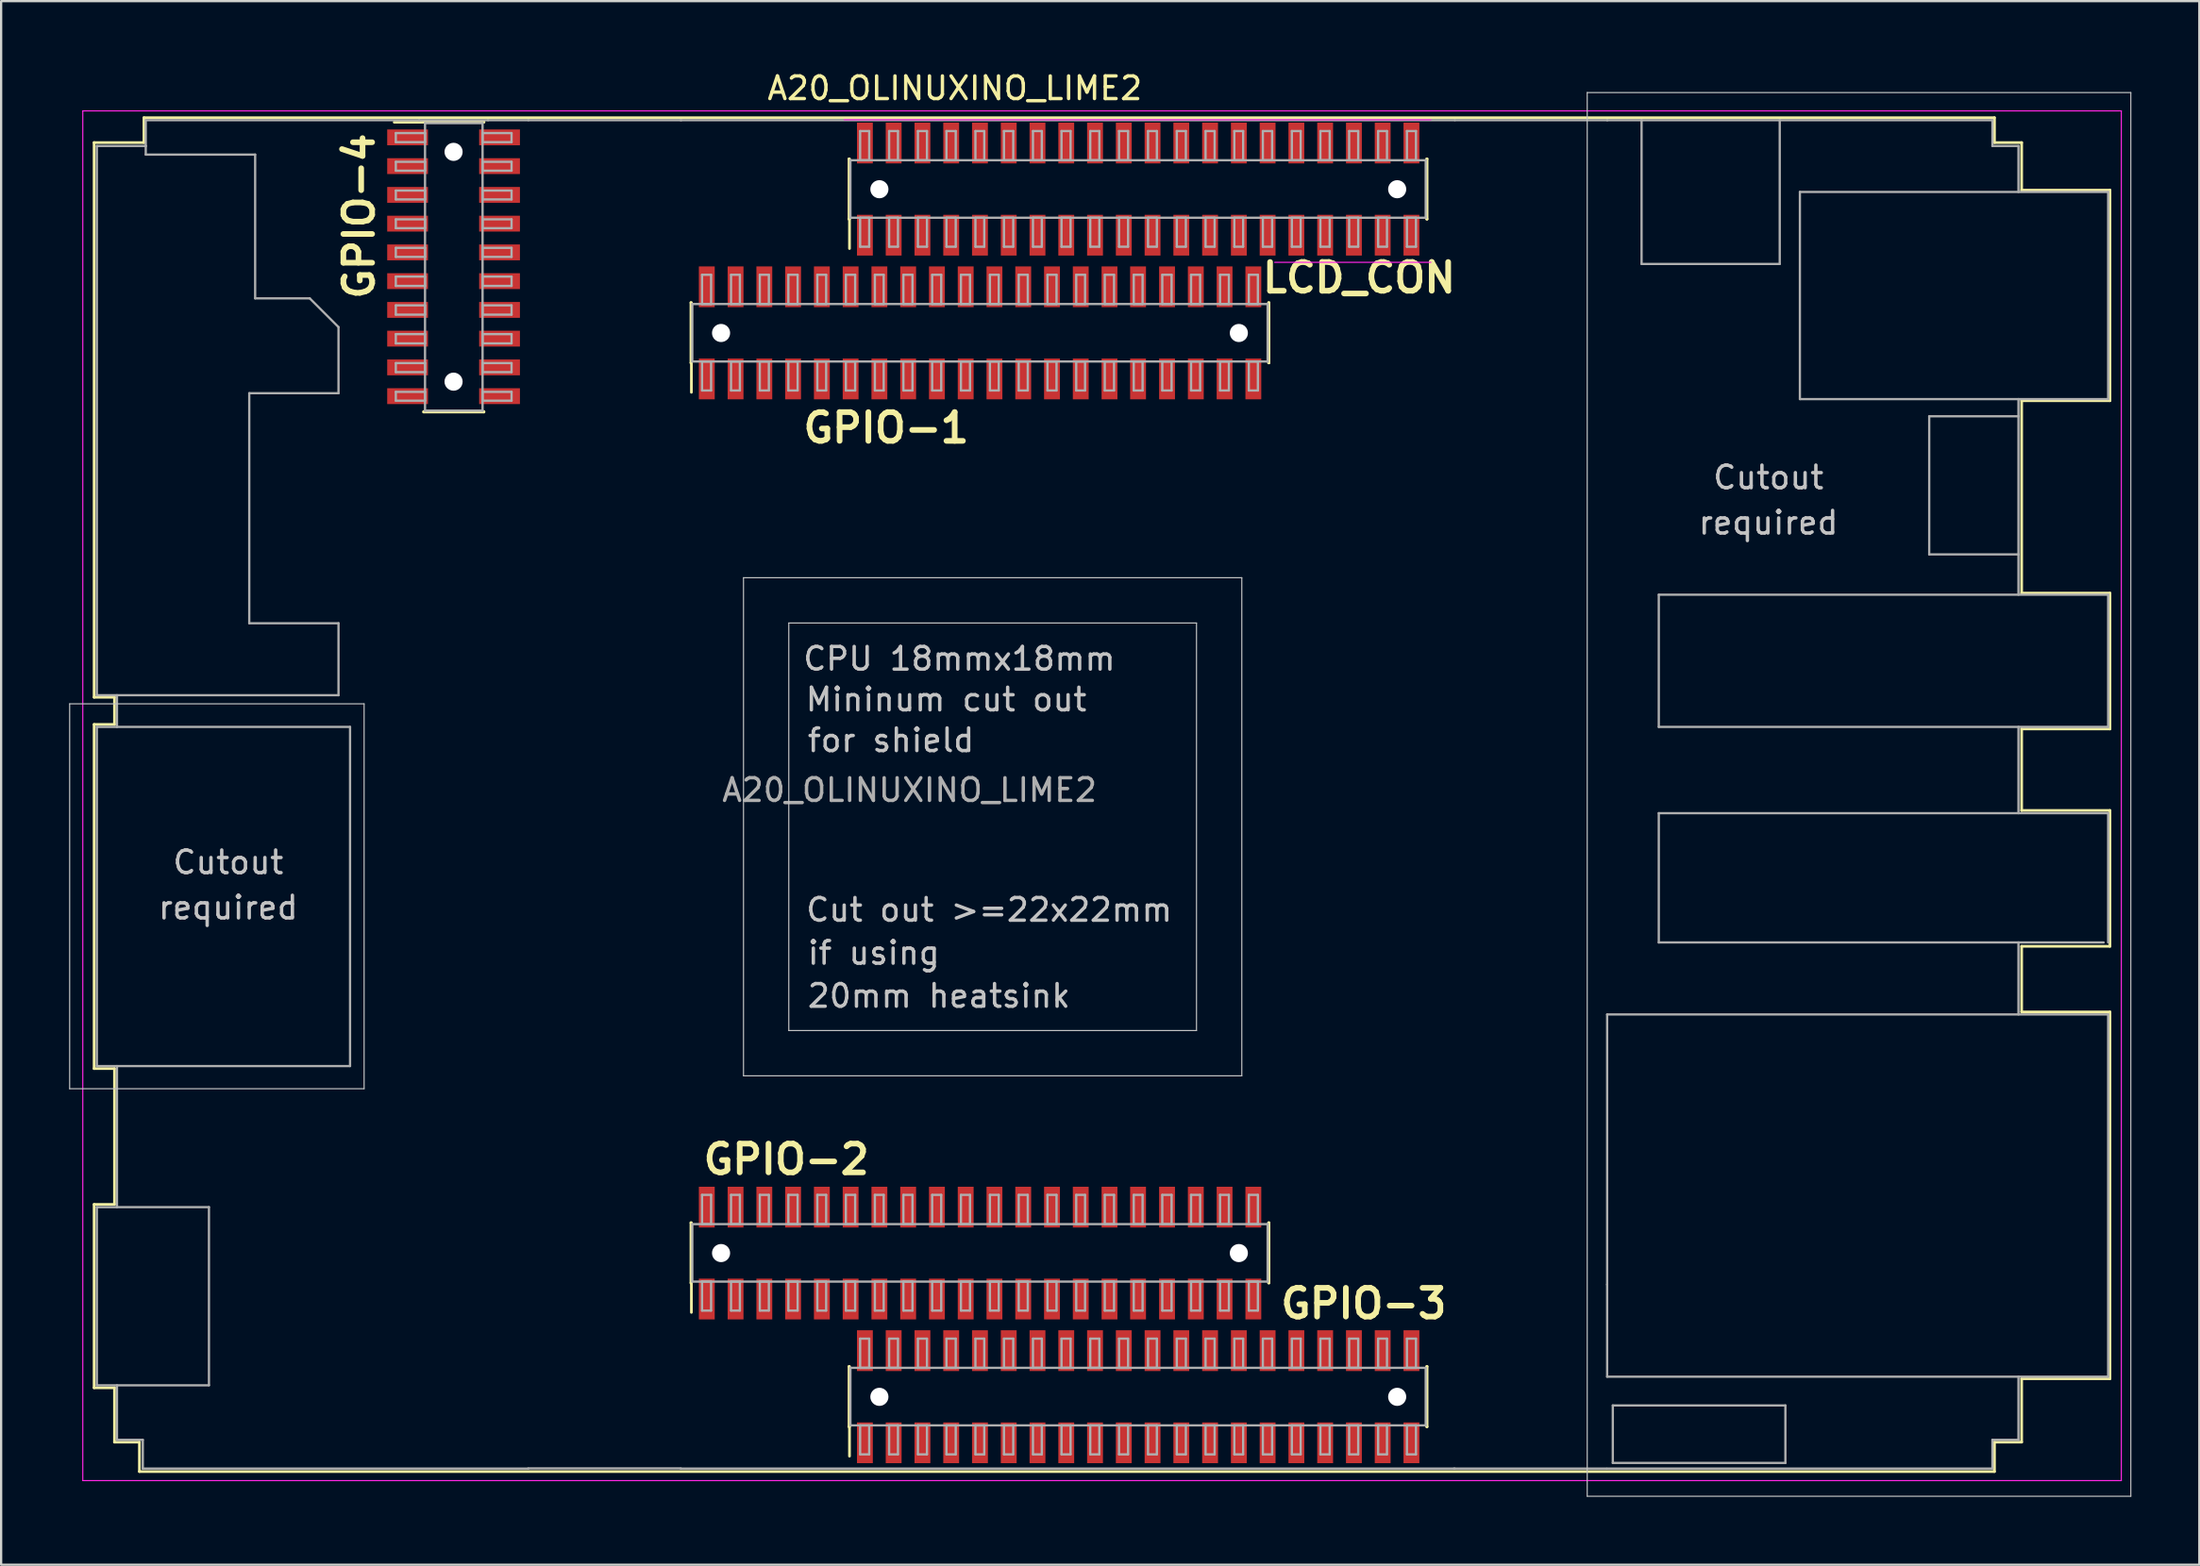
<source format=kicad_pcb>
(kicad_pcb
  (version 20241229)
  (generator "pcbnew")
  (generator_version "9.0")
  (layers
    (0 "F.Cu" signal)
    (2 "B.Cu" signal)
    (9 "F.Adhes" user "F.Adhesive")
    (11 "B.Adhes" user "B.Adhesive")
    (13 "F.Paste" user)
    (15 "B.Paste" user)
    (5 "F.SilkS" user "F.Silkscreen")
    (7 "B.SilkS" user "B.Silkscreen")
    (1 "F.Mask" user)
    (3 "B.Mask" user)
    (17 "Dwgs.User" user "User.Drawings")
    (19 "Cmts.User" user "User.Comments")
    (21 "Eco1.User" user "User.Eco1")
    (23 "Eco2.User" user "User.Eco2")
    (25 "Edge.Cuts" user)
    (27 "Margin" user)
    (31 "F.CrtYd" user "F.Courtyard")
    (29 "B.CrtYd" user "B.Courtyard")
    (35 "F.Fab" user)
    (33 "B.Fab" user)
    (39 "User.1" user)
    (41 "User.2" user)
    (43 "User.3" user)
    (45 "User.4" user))
  (footprint "A20_OLINUXINO_LIME2"
    (layer "F.Cu")
    (at 37.105 31.848)
    (property "Reference" "A20_OLINUXINO_LIME2" (at 2 -31 0) (layer "F.SilkS") (effects (font (size 1 1) (thickness 0.15))))
    (attr smd)
    (fp_line (start -36 -28.6) (end -36 -4.1) (stroke (width 0.12) (type solid)) (layer "F.SilkS"))
    (fp_line (start -36 -4.1) (end -35.1 -4.1) (stroke (width 0.12) (type solid)) (layer "F.SilkS"))
    (fp_line (start -36 -2.9) (end -36 12.3) (stroke (width 0.12) (type solid)) (layer "F.SilkS"))
    (fp_line (start -36 12.3) (end -35.1 12.3) (stroke (width 0.12) (type solid)) (layer "F.SilkS"))
    (fp_line (start -36 18.3) (end -36 26.4) (stroke (width 0.12) (type solid)) (layer "F.SilkS"))
    (fp_line (start -36 26.4) (end -35.1 26.4) (stroke (width 0.12) (type solid)) (layer "F.SilkS"))
    (fp_line (start -35.1 -4.1) (end -35.1 -2.9) (stroke (width 0.12) (type solid)) (layer "F.SilkS"))
    (fp_line (start -35.1 -2.9) (end -36 -2.9) (stroke (width 0.12) (type solid)) (layer "F.SilkS"))
    (fp_line (start -35.1 12.3) (end -35.1 18.3) (stroke (width 0.12) (type solid)) (layer "F.SilkS"))
    (fp_line (start -35.1 18.3) (end -36 18.3) (stroke (width 0.12) (type solid)) (layer "F.SilkS"))
    (fp_line (start -35.1 26.4) (end -35.1 28.8) (stroke (width 0.12) (type solid)) (layer "F.SilkS"))
    (fp_line (start -35.1 28.8) (end -34 28.8) (stroke (width 0.12) (type solid)) (layer "F.SilkS"))
    (fp_line (start -34 28.8) (end -34 30.1) (stroke (width 0.12) (type solid)) (layer "F.SilkS"))
    (fp_line (start -34 30.1) (end 47.9 30.1) (stroke (width 0.12) (type solid)) (layer "F.SilkS"))
    (fp_line (start -33.8 -29.7) (end -33.8 -28.6) (stroke (width 0.12) (type solid)) (layer "F.SilkS"))
    (fp_line (start -33.8 -28.6) (end -36 -28.6) (stroke (width 0.12) (type solid)) (layer "F.SilkS"))
    (fp_line (start -22.75 -29.5) (end -21.45 -29.5) (stroke (width 0.12) (type solid)) (layer "F.SilkS"))
    (fp_line (start -21.45 -29.52) (end -18.79 -29.52) (stroke (width 0.12) (type solid)) (layer "F.SilkS"))
    (fp_line (start -21.45 -29.5) (end -21.45 -29.52) (stroke (width 0.12) (type solid)) (layer "F.SilkS"))
    (fp_line (start -21.45 -16.72) (end -21.45 -16.7) (stroke (width 0.12) (type solid)) (layer "F.SilkS"))
    (fp_line (start -21.45 -16.7) (end -18.79 -16.7) (stroke (width 0.12) (type solid)) (layer "F.SilkS"))
    (fp_line (start -18.79 -29.52) (end -18.79 -29.5) (stroke (width 0.12) (type solid)) (layer "F.SilkS"))
    (fp_line (start -18.79 -16.7) (end -18.79 -16.72) (stroke (width 0.12) (type solid)) (layer "F.SilkS"))
    (fp_line (start -9.65 -21.53) (end -9.63 -21.53) (stroke (width 0.12) (type solid)) (layer "F.SilkS"))
    (fp_line (start -9.65 -18.87) (end -9.65 -21.53) (stroke (width 0.12) (type solid)) (layer "F.SilkS"))
    (fp_line (start -9.65 19.11) (end -9.63 19.11) (stroke (width 0.12) (type solid)) (layer "F.SilkS"))
    (fp_line (start -9.65 21.77) (end -9.65 19.11) (stroke (width 0.12) (type solid)) (layer "F.SilkS"))
    (fp_line (start -9.63 -18.87) (end -9.65 -18.87) (stroke (width 0.12) (type solid)) (layer "F.SilkS"))
    (fp_line (start -9.63 -17.57) (end -9.63 -18.87) (stroke (width 0.12) (type solid)) (layer "F.SilkS"))
    (fp_line (start -9.63 21.77) (end -9.65 21.77) (stroke (width 0.12) (type solid)) (layer "F.SilkS"))
    (fp_line (start -9.63 23.07) (end -9.63 21.77) (stroke (width 0.12) (type solid)) (layer "F.SilkS"))
    (fp_line (start -2.67 -27.88) (end -2.65 -27.88) (stroke (width 0.12) (type solid)) (layer "F.SilkS"))
    (fp_line (start -2.67 -25.22) (end -2.67 -27.88) (stroke (width 0.12) (type solid)) (layer "F.SilkS"))
    (fp_line (start -2.67 25.46) (end -2.65 25.46) (stroke (width 0.12) (type solid)) (layer "F.SilkS"))
    (fp_line (start -2.67 28.12) (end -2.67 25.46) (stroke (width 0.12) (type solid)) (layer "F.SilkS"))
    (fp_line (start -2.65 -25.22) (end -2.67 -25.22) (stroke (width 0.12) (type solid)) (layer "F.SilkS"))
    (fp_line (start -2.65 -23.92) (end -2.65 -25.22) (stroke (width 0.12) (type solid)) (layer "F.SilkS"))
    (fp_line (start -2.65 28.12) (end -2.67 28.12) (stroke (width 0.12) (type solid)) (layer "F.SilkS"))
    (fp_line (start -2.65 29.42) (end -2.65 28.12) (stroke (width 0.12) (type solid)) (layer "F.SilkS"))
    (fp_line (start 15.85 -18.87) (end 15.87 -18.87) (stroke (width 0.12) (type solid)) (layer "F.SilkS"))
    (fp_line (start 15.85 21.77) (end 15.87 21.77) (stroke (width 0.12) (type solid)) (layer "F.SilkS"))
    (fp_line (start 15.87 -21.53) (end 15.85 -21.53) (stroke (width 0.12) (type solid)) (layer "F.SilkS"))
    (fp_line (start 15.87 -18.87) (end 15.87 -21.53) (stroke (width 0.12) (type solid)) (layer "F.SilkS"))
    (fp_line (start 15.87 19.11) (end 15.85 19.11) (stroke (width 0.12) (type solid)) (layer "F.SilkS"))
    (fp_line (start 15.87 21.77) (end 15.87 19.11) (stroke (width 0.12) (type solid)) (layer "F.SilkS"))
    (fp_line (start 22.83 -25.22) (end 22.85 -25.22) (stroke (width 0.12) (type solid)) (layer "F.SilkS"))
    (fp_line (start 22.83 28.12) (end 22.85 28.12) (stroke (width 0.12) (type solid)) (layer "F.SilkS"))
    (fp_line (start 22.85 -27.88) (end 22.83 -27.88) (stroke (width 0.12) (type solid)) (layer "F.SilkS"))
    (fp_line (start 22.85 -25.22) (end 22.85 -27.88) (stroke (width 0.12) (type solid)) (layer "F.SilkS"))
    (fp_line (start 22.85 25.46) (end 22.83 25.46) (stroke (width 0.12) (type solid)) (layer "F.SilkS"))
    (fp_line (start 22.85 28.12) (end 22.85 25.46) (stroke (width 0.12) (type solid)) (layer "F.SilkS"))
    (fp_line (start 47.9 -29.7) (end -33.8 -29.7) (stroke (width 0.12) (type solid)) (layer "F.SilkS"))
    (fp_line (start 47.9 -28.6) (end 47.9 -29.7) (stroke (width 0.12) (type solid)) (layer "F.SilkS"))
    (fp_line (start 47.9 28.8) (end 49.1 28.8) (stroke (width 0.12) (type solid)) (layer "F.SilkS"))
    (fp_line (start 47.9 30.1) (end 47.9 28.8) (stroke (width 0.12) (type solid)) (layer "F.SilkS"))
    (fp_line (start 49.1 -28.6) (end 47.9 -28.6) (stroke (width 0.12) (type solid)) (layer "F.SilkS"))
    (fp_line (start 49.1 -26.5) (end 49.1 -28.6) (stroke (width 0.12) (type solid)) (layer "F.SilkS"))
    (fp_line (start 49.1 -17.2) (end 53 -17.2) (stroke (width 0.12) (type solid)) (layer "F.SilkS"))
    (fp_line (start 49.1 -8.7) (end 49.1 -17.2) (stroke (width 0.12) (type solid)) (layer "F.SilkS"))
    (fp_line (start 49.1 -2.7) (end 53 -2.7) (stroke (width 0.12) (type solid)) (layer "F.SilkS"))
    (fp_line (start 49.1 0.9) (end 49.1 -2.7) (stroke (width 0.12) (type solid)) (layer "F.SilkS"))
    (fp_line (start 49.1 6.9) (end 53 6.9) (stroke (width 0.12) (type solid)) (layer "F.SilkS"))
    (fp_line (start 49.1 9.8) (end 49.1 6.9) (stroke (width 0.12) (type solid)) (layer "F.SilkS"))
    (fp_line (start 49.1 26) (end 53 26) (stroke (width 0.12) (type solid)) (layer "F.SilkS"))
    (fp_line (start 49.1 28.8) (end 49.1 26) (stroke (width 0.12) (type solid)) (layer "F.SilkS"))
    (fp_line (start 53 -26.5) (end 49.1 -26.5) (stroke (width 0.12) (type solid)) (layer "F.SilkS"))
    (fp_line (start 53 -17.2) (end 53 -26.5) (stroke (width 0.12) (type solid)) (layer "F.SilkS"))
    (fp_line (start 53 -8.7) (end 49.1 -8.7) (stroke (width 0.12) (type solid)) (layer "F.SilkS"))
    (fp_line (start 53 -2.7) (end 53 -8.7) (stroke (width 0.12) (type solid)) (layer "F.SilkS"))
    (fp_line (start 53 0.9) (end 49.1 0.9) (stroke (width 0.12) (type solid)) (layer "F.SilkS"))
    (fp_line (start 53 6.9) (end 53 0.9) (stroke (width 0.12) (type solid)) (layer "F.SilkS"))
    (fp_line (start 53 9.8) (end 49.1 9.8) (stroke (width 0.12) (type solid)) (layer "F.SilkS"))
    (fp_line (start 53 26) (end 53 9.8) (stroke (width 0.12) (type solid)) (layer "F.SilkS"))
    (fp_line (start -37.08 -3.81) (end -37.08 13.19) (stroke (width 0.05) (type solid)) (layer "Dwgs.User"))
    (fp_line (start -37.08 13.19) (end -24.08 13.19) (stroke (width 0.05) (type solid)) (layer "Dwgs.User"))
    (fp_line (start -24.08 -3.81) (end -37.08 -3.81) (stroke (width 0.05) (type solid)) (layer "Dwgs.User"))
    (fp_line (start -24.08 13.19) (end -24.08 -3.81) (stroke (width 0.05) (type solid)) (layer "Dwgs.User"))
    (fp_line (start -7.33 -9.38) (end -7.33 12.62) (stroke (width 0.05) (type solid)) (layer "Dwgs.User"))
    (fp_line (start -7.33 12.62) (end 14.67 12.62) (stroke (width 0.05) (type solid)) (layer "Dwgs.User"))
    (fp_line (start -5.33 -7.38) (end -5.33 10.62) (stroke (width 0.05) (type solid)) (layer "Dwgs.User"))
    (fp_line (start -5.33 10.62) (end 12.67 10.62) (stroke (width 0.05) (type solid)) (layer "Dwgs.User"))
    (fp_line (start 12.67 -7.38) (end -5.33 -7.38) (stroke (width 0.05) (type solid)) (layer "Dwgs.User"))
    (fp_line (start 12.67 10.62) (end 12.67 -7.38) (stroke (width 0.05) (type solid)) (layer "Dwgs.User"))
    (fp_line (start 14.67 -9.38) (end -7.33 -9.38) (stroke (width 0.05) (type solid)) (layer "Dwgs.User"))
    (fp_line (start 14.67 12.62) (end 14.67 -9.38) (stroke (width 0.05) (type solid)) (layer "Dwgs.User"))
    (fp_line (start 29.92 -30.81) (end 53.92 -30.81) (stroke (width 0.05) (type solid)) (layer "Dwgs.User"))
    (fp_line (start 29.92 31.19) (end 29.92 -30.81) (stroke (width 0.05) (type solid)) (layer "Dwgs.User"))
    (fp_line (start 53.92 -30.81) (end 53.92 31.19) (stroke (width 0.05) (type solid)) (layer "Dwgs.User"))
    (fp_line (start 53.92 31.19) (end 29.92 31.19) (stroke (width 0.05) (type solid)) (layer "Dwgs.User"))
    (fp_line (start -36.5 -30) (end -36.5 30.5) (stroke (width 0.05) (type solid)) (layer "F.CrtYd"))
    (fp_line (start -36.5 30.5) (end 53.5 30.5) (stroke (width 0.05) (type solid)) (layer "F.CrtYd"))
    (fp_line (start 16.12 -23.31) (end 23.02 -23.31) (stroke (width 0.05) (type solid)) (layer "F.CrtYd"))
    (fp_line (start 23.02 -29.61) (end -2.88 -29.61) (stroke (width 0.05) (type solid)) (layer "F.CrtYd"))
    (fp_line (start 53.5 -30) (end -36.5 -30) (stroke (width 0.05) (type solid)) (layer "F.CrtYd"))
    (fp_line (start 53.5 30.5) (end 53.5 -30) (stroke (width 0.05) (type solid)) (layer "F.CrtYd"))
    (fp_line (start -35.88 -28.45) (end -33.72 -28.45) (stroke (width 0.1) (type solid)) (layer "F.Fab"))
    (fp_line (start -35.88 -4.19) (end -35.88 -28.45) (stroke (width 0.1) (type solid)) (layer "F.Fab"))
    (fp_line (start -35.88 -4.19) (end -25.21 -4.19) (stroke (width 0.1) (type solid)) (layer "F.Fab"))
    (fp_line (start -35.88 12.19) (end -35.88 -2.79) (stroke (width 0.1) (type solid)) (layer "F.Fab"))
    (fp_line (start -35.88 12.19) (end -24.7 12.19) (stroke (width 0.1) (type solid)) (layer "F.Fab"))
    (fp_line (start -35.88 26.29) (end -35.88 18.42) (stroke (width 0.1) (type solid)) (layer "F.Fab"))
    (fp_line (start -35.88 26.29) (end -30.93 26.29) (stroke (width 0.1) (type solid)) (layer "F.Fab"))
    (fp_line (start -34.99 -2.79) (end -34.99 -4.19) (stroke (width 0.1) (type solid)) (layer "F.Fab"))
    (fp_line (start -34.99 18.42) (end -34.99 12.19) (stroke (width 0.1) (type solid)) (layer "F.Fab"))
    (fp_line (start -34.99 28.7) (end -34.99 26.29) (stroke (width 0.1) (type solid)) (layer "F.Fab"))
    (fp_line (start -33.85 28.7) (end -34.99 28.7) (stroke (width 0.1) (type solid)) (layer "F.Fab"))
    (fp_line (start -33.85 29.97) (end -33.85 28.7) (stroke (width 0.1) (type solid)) (layer "F.Fab"))
    (fp_line (start -33.72 -29.59) (end -21.65 -29.59) (stroke (width 0.1) (type solid)) (layer "F.Fab"))
    (fp_line (start -33.72 -28.45) (end -33.72 -29.59) (stroke (width 0.1) (type solid)) (layer "F.Fab"))
    (fp_line (start -33.72 -28.07) (end -33.72 -28.45) (stroke (width 0.1) (type solid)) (layer "F.Fab"))
    (fp_line (start -30.93 18.42) (end -35.88 18.42) (stroke (width 0.1) (type solid)) (layer "F.Fab"))
    (fp_line (start -30.93 26.29) (end -30.93 18.42) (stroke (width 0.1) (type solid)) (layer "F.Fab"))
    (fp_line (start -29.15 -17.53) (end -25.21 -17.53) (stroke (width 0.1) (type solid)) (layer "F.Fab"))
    (fp_line (start -29.15 -7.37) (end -29.15 -17.53) (stroke (width 0.1) (type solid)) (layer "F.Fab"))
    (fp_line (start -28.89 -28.07) (end -33.72 -28.07) (stroke (width 0.1) (type solid)) (layer "F.Fab"))
    (fp_line (start -28.89 -21.72) (end -28.89 -28.07) (stroke (width 0.1) (type solid)) (layer "F.Fab"))
    (fp_line (start -26.48 -21.72) (end -28.89 -21.72) (stroke (width 0.1) (type solid)) (layer "F.Fab"))
    (fp_line (start -25.21 -20.45) (end -26.48 -21.72) (stroke (width 0.1) (type solid)) (layer "F.Fab"))
    (fp_line (start -25.21 -17.53) (end -25.21 -20.45) (stroke (width 0.1) (type solid)) (layer "F.Fab"))
    (fp_line (start -25.21 -7.37) (end -29.15 -7.37) (stroke (width 0.1) (type solid)) (layer "F.Fab"))
    (fp_line (start -25.21 -4.19) (end -25.21 -7.37) (stroke (width 0.1) (type solid)) (layer "F.Fab"))
    (fp_line (start -24.7 -2.79) (end -35.88 -2.79) (stroke (width 0.1) (type solid)) (layer "F.Fab"))
    (fp_line (start -24.7 12.19) (end -24.7 -2.79) (stroke (width 0.1) (type solid)) (layer "F.Fab"))
    (fp_line (start -22.68 -29.02) (end -21.39 -29.02) (stroke (width 0.1) (type solid)) (layer "F.Fab"))
    (fp_line (start -22.68 -28.62) (end -22.68 -29.02) (stroke (width 0.1) (type solid)) (layer "F.Fab"))
    (fp_line (start -22.68 -27.75) (end -21.39 -27.75) (stroke (width 0.1) (type solid)) (layer "F.Fab"))
    (fp_line (start -22.68 -27.36) (end -22.68 -27.75) (stroke (width 0.1) (type solid)) (layer "F.Fab"))
    (fp_line (start -22.68 -26.48) (end -21.39 -26.48) (stroke (width 0.1) (type solid)) (layer "F.Fab"))
    (fp_line (start -22.68 -26.09) (end -22.68 -26.48) (stroke (width 0.1) (type solid)) (layer "F.Fab"))
    (fp_line (start -22.68 -25.21) (end -21.39 -25.21) (stroke (width 0.1) (type solid)) (layer "F.Fab"))
    (fp_line (start -22.68 -24.82) (end -22.68 -25.21) (stroke (width 0.1) (type solid)) (layer "F.Fab"))
    (fp_line (start -22.68 -23.95) (end -21.39 -23.95) (stroke (width 0.1) (type solid)) (layer "F.Fab"))
    (fp_line (start -22.68 -23.55) (end -22.68 -23.95) (stroke (width 0.1) (type solid)) (layer "F.Fab"))
    (fp_line (start -22.68 -22.68) (end -21.39 -22.68) (stroke (width 0.1) (type solid)) (layer "F.Fab"))
    (fp_line (start -22.68 -22.27) (end -22.68 -22.68) (stroke (width 0.1) (type solid)) (layer "F.Fab"))
    (fp_line (start -22.68 -21.41) (end -21.39 -21.41) (stroke (width 0.1) (type solid)) (layer "F.Fab"))
    (fp_line (start -22.68 -21) (end -22.68 -21.41) (stroke (width 0.1) (type solid)) (layer "F.Fab"))
    (fp_line (start -22.68 -20.14) (end -21.39 -20.14) (stroke (width 0.1) (type solid)) (layer "F.Fab"))
    (fp_line (start -22.68 -19.73) (end -22.68 -20.14) (stroke (width 0.1) (type solid)) (layer "F.Fab"))
    (fp_line (start -22.68 -18.86) (end -21.39 -18.86) (stroke (width 0.1) (type solid)) (layer "F.Fab"))
    (fp_line (start -22.68 -18.46) (end -22.68 -18.86) (stroke (width 0.1) (type solid)) (layer "F.Fab"))
    (fp_line (start -22.68 -17.59) (end -21.39 -17.59) (stroke (width 0.1) (type solid)) (layer "F.Fab"))
    (fp_line (start -22.68 -17.2) (end -22.68 -17.59) (stroke (width 0.1) (type solid)) (layer "F.Fab"))
    (fp_line (start -21.65 -29.59) (end -18.61 -29.59) (stroke (width 0.1) (type solid)) (layer "F.Fab"))
    (fp_line (start -21.39 -29.46) (end -21.39 -16.76) (stroke (width 0.1) (type solid)) (layer "F.Fab"))
    (fp_line (start -21.39 -29.02) (end -21.39 -28.62) (stroke (width 0.1) (type solid)) (layer "F.Fab"))
    (fp_line (start -21.39 -28.62) (end -22.68 -28.62) (stroke (width 0.1) (type solid)) (layer "F.Fab"))
    (fp_line (start -21.39 -27.75) (end -21.39 -27.36) (stroke (width 0.1) (type solid)) (layer "F.Fab"))
    (fp_line (start -21.39 -27.36) (end -22.68 -27.36) (stroke (width 0.1) (type solid)) (layer "F.Fab"))
    (fp_line (start -21.39 -26.48) (end -21.39 -26.09) (stroke (width 0.1) (type solid)) (layer "F.Fab"))
    (fp_line (start -21.39 -26.09) (end -22.68 -26.09) (stroke (width 0.1) (type solid)) (layer "F.Fab"))
    (fp_line (start -21.39 -25.21) (end -21.39 -24.82) (stroke (width 0.1) (type solid)) (layer "F.Fab"))
    (fp_line (start -21.39 -24.82) (end -22.68 -24.82) (stroke (width 0.1) (type solid)) (layer "F.Fab"))
    (fp_line (start -21.39 -23.95) (end -21.39 -23.55) (stroke (width 0.1) (type solid)) (layer "F.Fab"))
    (fp_line (start -21.39 -23.55) (end -22.68 -23.55) (stroke (width 0.1) (type solid)) (layer "F.Fab"))
    (fp_line (start -21.39 -22.68) (end -21.39 -22.27) (stroke (width 0.1) (type solid)) (layer "F.Fab"))
    (fp_line (start -21.39 -22.27) (end -22.68 -22.27) (stroke (width 0.1) (type solid)) (layer "F.Fab"))
    (fp_line (start -21.39 -21.41) (end -21.39 -21) (stroke (width 0.1) (type solid)) (layer "F.Fab"))
    (fp_line (start -21.39 -21) (end -22.68 -21) (stroke (width 0.1) (type solid)) (layer "F.Fab"))
    (fp_line (start -21.39 -20.14) (end -21.39 -19.73) (stroke (width 0.1) (type solid)) (layer "F.Fab"))
    (fp_line (start -21.39 -19.73) (end -22.68 -19.73) (stroke (width 0.1) (type solid)) (layer "F.Fab"))
    (fp_line (start -21.39 -18.86) (end -21.39 -18.46) (stroke (width 0.1) (type solid)) (layer "F.Fab"))
    (fp_line (start -21.39 -18.46) (end -22.68 -18.46) (stroke (width 0.1) (type solid)) (layer "F.Fab"))
    (fp_line (start -21.39 -17.59) (end -21.39 -17.2) (stroke (width 0.1) (type solid)) (layer "F.Fab"))
    (fp_line (start -21.39 -17.2) (end -22.68 -17.2) (stroke (width 0.1) (type solid)) (layer "F.Fab"))
    (fp_line (start -21.39 -16.76) (end -18.85 -16.76) (stroke (width 0.1) (type solid)) (layer "F.Fab"))
    (fp_line (start -18.85 -29.46) (end -21.39 -29.46) (stroke (width 0.1) (type solid)) (layer "F.Fab"))
    (fp_line (start -18.85 -29.02) (end -18.85 -28.62) (stroke (width 0.1) (type solid)) (layer "F.Fab"))
    (fp_line (start -18.85 -28.62) (end -17.57 -28.62) (stroke (width 0.1) (type solid)) (layer "F.Fab"))
    (fp_line (start -18.85 -27.75) (end -18.85 -27.36) (stroke (width 0.1) (type solid)) (layer "F.Fab"))
    (fp_line (start -18.85 -27.36) (end -17.57 -27.36) (stroke (width 0.1) (type solid)) (layer "F.Fab"))
    (fp_line (start -18.85 -26.48) (end -18.85 -26.09) (stroke (width 0.1) (type solid)) (layer "F.Fab"))
    (fp_line (start -18.85 -26.09) (end -17.57 -26.09) (stroke (width 0.1) (type solid)) (layer "F.Fab"))
    (fp_line (start -18.85 -25.21) (end -18.85 -24.82) (stroke (width 0.1) (type solid)) (layer "F.Fab"))
    (fp_line (start -18.85 -24.82) (end -17.57 -24.82) (stroke (width 0.1) (type solid)) (layer "F.Fab"))
    (fp_line (start -18.85 -23.95) (end -18.85 -23.55) (stroke (width 0.1) (type solid)) (layer "F.Fab"))
    (fp_line (start -18.85 -23.55) (end -17.57 -23.55) (stroke (width 0.1) (type solid)) (layer "F.Fab"))
    (fp_line (start -18.85 -22.68) (end -18.85 -22.27) (stroke (width 0.1) (type solid)) (layer "F.Fab"))
    (fp_line (start -18.85 -22.27) (end -17.57 -22.27) (stroke (width 0.1) (type solid)) (layer "F.Fab"))
    (fp_line (start -18.85 -21.41) (end -18.85 -21) (stroke (width 0.1) (type solid)) (layer "F.Fab"))
    (fp_line (start -18.85 -21) (end -17.57 -21) (stroke (width 0.1) (type solid)) (layer "F.Fab"))
    (fp_line (start -18.85 -20.14) (end -18.85 -19.73) (stroke (width 0.1) (type solid)) (layer "F.Fab"))
    (fp_line (start -18.85 -19.73) (end -17.57 -19.73) (stroke (width 0.1) (type solid)) (layer "F.Fab"))
    (fp_line (start -18.85 -18.86) (end -18.85 -18.46) (stroke (width 0.1) (type solid)) (layer "F.Fab"))
    (fp_line (start -18.85 -18.46) (end -17.57 -18.46) (stroke (width 0.1) (type solid)) (layer "F.Fab"))
    (fp_line (start -18.85 -17.59) (end -18.85 -17.2) (stroke (width 0.1) (type solid)) (layer "F.Fab"))
    (fp_line (start -18.85 -17.2) (end -17.57 -17.2) (stroke (width 0.1) (type solid)) (layer "F.Fab"))
    (fp_line (start -18.85 -16.76) (end -18.85 -29.46) (stroke (width 0.1) (type solid)) (layer "F.Fab"))
    (fp_line (start -18.61 -29.59) (end -16.83 -29.59) (stroke (width 0.1) (type solid)) (layer "F.Fab"))
    (fp_line (start -17.57 -29.02) (end -18.85 -29.02) (stroke (width 0.1) (type solid)) (layer "F.Fab"))
    (fp_line (start -17.57 -28.62) (end -17.57 -29.02) (stroke (width 0.1) (type solid)) (layer "F.Fab"))
    (fp_line (start -17.57 -27.75) (end -18.85 -27.75) (stroke (width 0.1) (type solid)) (layer "F.Fab"))
    (fp_line (start -17.57 -27.36) (end -17.57 -27.75) (stroke (width 0.1) (type solid)) (layer "F.Fab"))
    (fp_line (start -17.57 -26.48) (end -18.85 -26.48) (stroke (width 0.1) (type solid)) (layer "F.Fab"))
    (fp_line (start -17.57 -26.09) (end -17.57 -26.48) (stroke (width 0.1) (type solid)) (layer "F.Fab"))
    (fp_line (start -17.57 -25.21) (end -18.85 -25.21) (stroke (width 0.1) (type solid)) (layer "F.Fab"))
    (fp_line (start -17.57 -24.82) (end -17.57 -25.21) (stroke (width 0.1) (type solid)) (layer "F.Fab"))
    (fp_line (start -17.57 -23.95) (end -18.85 -23.95) (stroke (width 0.1) (type solid)) (layer "F.Fab"))
    (fp_line (start -17.57 -23.55) (end -17.57 -23.95) (stroke (width 0.1) (type solid)) (layer "F.Fab"))
    (fp_line (start -17.57 -22.68) (end -18.85 -22.68) (stroke (width 0.1) (type solid)) (layer "F.Fab"))
    (fp_line (start -17.57 -22.27) (end -17.57 -22.68) (stroke (width 0.1) (type solid)) (layer "F.Fab"))
    (fp_line (start -17.57 -21.41) (end -18.85 -21.41) (stroke (width 0.1) (type solid)) (layer "F.Fab"))
    (fp_line (start -17.57 -21) (end -17.57 -21.41) (stroke (width 0.1) (type solid)) (layer "F.Fab"))
    (fp_line (start -17.57 -20.14) (end -18.85 -20.14) (stroke (width 0.1) (type solid)) (layer "F.Fab"))
    (fp_line (start -17.57 -19.73) (end -17.57 -20.14) (stroke (width 0.1) (type solid)) (layer "F.Fab"))
    (fp_line (start -17.57 -18.86) (end -18.85 -18.86) (stroke (width 0.1) (type solid)) (layer "F.Fab"))
    (fp_line (start -17.57 -18.46) (end -17.57 -18.86) (stroke (width 0.1) (type solid)) (layer "F.Fab"))
    (fp_line (start -17.57 -17.59) (end -18.85 -17.59) (stroke (width 0.1) (type solid)) (layer "F.Fab"))
    (fp_line (start -17.57 -17.2) (end -17.57 -17.59) (stroke (width 0.1) (type solid)) (layer "F.Fab"))
    (fp_line (start -16.83 29.97) (end -33.85 29.97) (stroke (width 0.1) (type solid)) (layer "F.Fab"))
    (fp_line (start -16.82 -29.59) (end -10.08 -29.59) (stroke (width 0.1) (type solid)) (layer "F.Fab"))
    (fp_line (start -10.1 -29.59) (end 24.07 -29.59) (stroke (width 0.1) (type solid)) (layer "F.Fab"))
    (fp_line (start -10.1 29.96) (end -16.83 29.96) (stroke (width 0.1) (type solid)) (layer "F.Fab"))
    (fp_line (start -9.59 -21.47) (end -9.59 -18.93) (stroke (width 0.1) (type solid)) (layer "F.Fab"))
    (fp_line (start -9.59 -18.93) (end 15.81 -18.93) (stroke (width 0.1) (type solid)) (layer "F.Fab"))
    (fp_line (start -9.59 19.17) (end -9.59 21.71) (stroke (width 0.1) (type solid)) (layer "F.Fab"))
    (fp_line (start -9.59 21.71) (end 15.81 21.71) (stroke (width 0.1) (type solid)) (layer "F.Fab"))
    (fp_line (start -9.16 -22.76) (end -9.16 -21.47) (stroke (width 0.1) (type solid)) (layer "F.Fab"))
    (fp_line (start -9.16 -21.47) (end -8.76 -21.47) (stroke (width 0.1) (type solid)) (layer "F.Fab"))
    (fp_line (start -9.16 -18.93) (end -8.76 -18.93) (stroke (width 0.1) (type solid)) (layer "F.Fab"))
    (fp_line (start -9.16 -17.65) (end -9.16 -18.93) (stroke (width 0.1) (type solid)) (layer "F.Fab"))
    (fp_line (start -9.16 17.88) (end -9.16 19.17) (stroke (width 0.1) (type solid)) (layer "F.Fab"))
    (fp_line (start -9.16 19.17) (end -8.76 19.17) (stroke (width 0.1) (type solid)) (layer "F.Fab"))
    (fp_line (start -9.16 21.71) (end -8.76 21.71) (stroke (width 0.1) (type solid)) (layer "F.Fab"))
    (fp_line (start -9.16 22.99) (end -9.16 21.71) (stroke (width 0.1) (type solid)) (layer "F.Fab"))
    (fp_line (start -8.76 -22.76) (end -9.16 -22.76) (stroke (width 0.1) (type solid)) (layer "F.Fab"))
    (fp_line (start -8.76 -21.47) (end -8.76 -22.76) (stroke (width 0.1) (type solid)) (layer "F.Fab"))
    (fp_line (start -8.76 -18.93) (end -8.76 -17.65) (stroke (width 0.1) (type solid)) (layer "F.Fab"))
    (fp_line (start -8.76 -17.65) (end -9.16 -17.65) (stroke (width 0.1) (type solid)) (layer "F.Fab"))
    (fp_line (start -8.76 17.88) (end -9.16 17.88) (stroke (width 0.1) (type solid)) (layer "F.Fab"))
    (fp_line (start -8.76 19.17) (end -8.76 17.88) (stroke (width 0.1) (type solid)) (layer "F.Fab"))
    (fp_line (start -8.76 21.71) (end -8.76 22.99) (stroke (width 0.1) (type solid)) (layer "F.Fab"))
    (fp_line (start -8.76 22.99) (end -9.16 22.99) (stroke (width 0.1) (type solid)) (layer "F.Fab"))
    (fp_line (start -7.88 -22.76) (end -7.88 -21.47) (stroke (width 0.1) (type solid)) (layer "F.Fab"))
    (fp_line (start -7.88 -21.47) (end -7.49 -21.47) (stroke (width 0.1) (type solid)) (layer "F.Fab"))
    (fp_line (start -7.88 -18.93) (end -7.49 -18.93) (stroke (width 0.1) (type solid)) (layer "F.Fab"))
    (fp_line (start -7.88 -17.65) (end -7.88 -18.93) (stroke (width 0.1) (type solid)) (layer "F.Fab"))
    (fp_line (start -7.88 17.88) (end -7.88 19.17) (stroke (width 0.1) (type solid)) (layer "F.Fab"))
    (fp_line (start -7.88 19.17) (end -7.49 19.17) (stroke (width 0.1) (type solid)) (layer "F.Fab"))
    (fp_line (start -7.88 21.71) (end -7.49 21.71) (stroke (width 0.1) (type solid)) (layer "F.Fab"))
    (fp_line (start -7.88 22.99) (end -7.88 21.71) (stroke (width 0.1) (type solid)) (layer "F.Fab"))
    (fp_line (start -7.49 -22.76) (end -7.88 -22.76) (stroke (width 0.1) (type solid)) (layer "F.Fab"))
    (fp_line (start -7.49 -21.47) (end -7.49 -22.76) (stroke (width 0.1) (type solid)) (layer "F.Fab"))
    (fp_line (start -7.49 -18.93) (end -7.49 -17.65) (stroke (width 0.1) (type solid)) (layer "F.Fab"))
    (fp_line (start -7.49 -17.65) (end -7.88 -17.65) (stroke (width 0.1) (type solid)) (layer "F.Fab"))
    (fp_line (start -7.49 17.88) (end -7.88 17.88) (stroke (width 0.1) (type solid)) (layer "F.Fab"))
    (fp_line (start -7.49 19.17) (end -7.49 17.88) (stroke (width 0.1) (type solid)) (layer "F.Fab"))
    (fp_line (start -7.49 21.71) (end -7.49 22.99) (stroke (width 0.1) (type solid)) (layer "F.Fab"))
    (fp_line (start -7.49 22.99) (end -7.88 22.99) (stroke (width 0.1) (type solid)) (layer "F.Fab"))
    (fp_line (start -6.61 -22.76) (end -6.61 -21.47) (stroke (width 0.1) (type solid)) (layer "F.Fab"))
    (fp_line (start -6.61 -21.47) (end -6.21 -21.47) (stroke (width 0.1) (type solid)) (layer "F.Fab"))
    (fp_line (start -6.61 -18.93) (end -6.21 -18.93) (stroke (width 0.1) (type solid)) (layer "F.Fab"))
    (fp_line (start -6.61 -17.65) (end -6.61 -18.93) (stroke (width 0.1) (type solid)) (layer "F.Fab"))
    (fp_line (start -6.61 17.88) (end -6.61 19.17) (stroke (width 0.1) (type solid)) (layer "F.Fab"))
    (fp_line (start -6.61 19.17) (end -6.21 19.17) (stroke (width 0.1) (type solid)) (layer "F.Fab"))
    (fp_line (start -6.61 21.71) (end -6.21 21.71) (stroke (width 0.1) (type solid)) (layer "F.Fab"))
    (fp_line (start -6.61 22.99) (end -6.61 21.71) (stroke (width 0.1) (type solid)) (layer "F.Fab"))
    (fp_line (start -6.21 -22.76) (end -6.61 -22.76) (stroke (width 0.1) (type solid)) (layer "F.Fab"))
    (fp_line (start -6.21 -21.47) (end -6.21 -22.76) (stroke (width 0.1) (type solid)) (layer "F.Fab"))
    (fp_line (start -6.21 -18.93) (end -6.21 -17.65) (stroke (width 0.1) (type solid)) (layer "F.Fab"))
    (fp_line (start -6.21 -17.65) (end -6.61 -17.65) (stroke (width 0.1) (type solid)) (layer "F.Fab"))
    (fp_line (start -6.21 17.88) (end -6.61 17.88) (stroke (width 0.1) (type solid)) (layer "F.Fab"))
    (fp_line (start -6.21 19.17) (end -6.21 17.88) (stroke (width 0.1) (type solid)) (layer "F.Fab"))
    (fp_line (start -6.21 21.71) (end -6.21 22.99) (stroke (width 0.1) (type solid)) (layer "F.Fab"))
    (fp_line (start -6.21 22.99) (end -6.61 22.99) (stroke (width 0.1) (type solid)) (layer "F.Fab"))
    (fp_line (start -5.35 -22.76) (end -5.35 -21.47) (stroke (width 0.1) (type solid)) (layer "F.Fab"))
    (fp_line (start -5.35 -21.47) (end -4.94 -21.47) (stroke (width 0.1) (type solid)) (layer "F.Fab"))
    (fp_line (start -5.35 -18.93) (end -4.94 -18.93) (stroke (width 0.1) (type solid)) (layer "F.Fab"))
    (fp_line (start -5.35 -17.65) (end -5.35 -18.93) (stroke (width 0.1) (type solid)) (layer "F.Fab"))
    (fp_line (start -5.35 17.88) (end -5.35 19.17) (stroke (width 0.1) (type solid)) (layer "F.Fab"))
    (fp_line (start -5.35 19.17) (end -4.94 19.17) (stroke (width 0.1) (type solid)) (layer "F.Fab"))
    (fp_line (start -5.35 21.71) (end -4.94 21.71) (stroke (width 0.1) (type solid)) (layer "F.Fab"))
    (fp_line (start -5.35 22.99) (end -5.35 21.71) (stroke (width 0.1) (type solid)) (layer "F.Fab"))
    (fp_line (start -4.94 -22.76) (end -5.35 -22.76) (stroke (width 0.1) (type solid)) (layer "F.Fab"))
    (fp_line (start -4.94 -21.47) (end -4.94 -22.76) (stroke (width 0.1) (type solid)) (layer "F.Fab"))
    (fp_line (start -4.94 -18.93) (end -4.94 -17.65) (stroke (width 0.1) (type solid)) (layer "F.Fab"))
    (fp_line (start -4.94 -17.65) (end -5.35 -17.65) (stroke (width 0.1) (type solid)) (layer "F.Fab"))
    (fp_line (start -4.94 17.88) (end -5.35 17.88) (stroke (width 0.1) (type solid)) (layer "F.Fab"))
    (fp_line (start -4.94 19.17) (end -4.94 17.88) (stroke (width 0.1) (type solid)) (layer "F.Fab"))
    (fp_line (start -4.94 21.71) (end -4.94 22.99) (stroke (width 0.1) (type solid)) (layer "F.Fab"))
    (fp_line (start -4.94 22.99) (end -5.35 22.99) (stroke (width 0.1) (type solid)) (layer "F.Fab"))
    (fp_line (start -4.07 -22.76) (end -4.07 -21.47) (stroke (width 0.1) (type solid)) (layer "F.Fab"))
    (fp_line (start -4.07 -21.47) (end -3.68 -21.47) (stroke (width 0.1) (type solid)) (layer "F.Fab"))
    (fp_line (start -4.07 -18.93) (end -3.68 -18.93) (stroke (width 0.1) (type solid)) (layer "F.Fab"))
    (fp_line (start -4.07 -17.65) (end -4.07 -18.93) (stroke (width 0.1) (type solid)) (layer "F.Fab"))
    (fp_line (start -4.07 17.88) (end -4.07 19.17) (stroke (width 0.1) (type solid)) (layer "F.Fab"))
    (fp_line (start -4.07 19.17) (end -3.68 19.17) (stroke (width 0.1) (type solid)) (layer "F.Fab"))
    (fp_line (start -4.07 21.71) (end -3.68 21.71) (stroke (width 0.1) (type solid)) (layer "F.Fab"))
    (fp_line (start -4.07 22.99) (end -4.07 21.71) (stroke (width 0.1) (type solid)) (layer "F.Fab"))
    (fp_line (start -3.68 -22.76) (end -4.07 -22.76) (stroke (width 0.1) (type solid)) (layer "F.Fab"))
    (fp_line (start -3.68 -21.47) (end -3.68 -22.76) (stroke (width 0.1) (type solid)) (layer "F.Fab"))
    (fp_line (start -3.68 -18.93) (end -3.68 -17.65) (stroke (width 0.1) (type solid)) (layer "F.Fab"))
    (fp_line (start -3.68 -17.65) (end -4.07 -17.65) (stroke (width 0.1) (type solid)) (layer "F.Fab"))
    (fp_line (start -3.68 17.88) (end -4.07 17.88) (stroke (width 0.1) (type solid)) (layer "F.Fab"))
    (fp_line (start -3.68 19.17) (end -3.68 17.88) (stroke (width 0.1) (type solid)) (layer "F.Fab"))
    (fp_line (start -3.68 21.71) (end -3.68 22.99) (stroke (width 0.1) (type solid)) (layer "F.Fab"))
    (fp_line (start -3.68 22.99) (end -4.07 22.99) (stroke (width 0.1) (type solid)) (layer "F.Fab"))
    (fp_line (start -2.81 -22.76) (end -2.81 -21.47) (stroke (width 0.1) (type solid)) (layer "F.Fab"))
    (fp_line (start -2.81 -21.47) (end -2.4 -21.47) (stroke (width 0.1) (type solid)) (layer "F.Fab"))
    (fp_line (start -2.81 -18.93) (end -2.4 -18.93) (stroke (width 0.1) (type solid)) (layer "F.Fab"))
    (fp_line (start -2.81 -17.65) (end -2.81 -18.93) (stroke (width 0.1) (type solid)) (layer "F.Fab"))
    (fp_line (start -2.81 17.88) (end -2.81 19.17) (stroke (width 0.1) (type solid)) (layer "F.Fab"))
    (fp_line (start -2.81 19.17) (end -2.4 19.17) (stroke (width 0.1) (type solid)) (layer "F.Fab"))
    (fp_line (start -2.81 21.71) (end -2.4 21.71) (stroke (width 0.1) (type solid)) (layer "F.Fab"))
    (fp_line (start -2.81 22.99) (end -2.81 21.71) (stroke (width 0.1) (type solid)) (layer "F.Fab"))
    (fp_line (start -2.61 -27.82) (end -2.61 -25.28) (stroke (width 0.1) (type solid)) (layer "F.Fab"))
    (fp_line (start -2.61 -25.28) (end 22.79 -25.28) (stroke (width 0.1) (type solid)) (layer "F.Fab"))
    (fp_line (start -2.61 25.52) (end -2.61 28.06) (stroke (width 0.1) (type solid)) (layer "F.Fab"))
    (fp_line (start -2.61 28.06) (end 22.79 28.06) (stroke (width 0.1) (type solid)) (layer "F.Fab"))
    (fp_line (start -2.4 -22.76) (end -2.81 -22.76) (stroke (width 0.1) (type solid)) (layer "F.Fab"))
    (fp_line (start -2.4 -21.47) (end -2.4 -22.76) (stroke (width 0.1) (type solid)) (layer "F.Fab"))
    (fp_line (start -2.4 -18.93) (end -2.4 -17.65) (stroke (width 0.1) (type solid)) (layer "F.Fab"))
    (fp_line (start -2.4 -17.65) (end -2.81 -17.65) (stroke (width 0.1) (type solid)) (layer "F.Fab"))
    (fp_line (start -2.4 17.88) (end -2.81 17.88) (stroke (width 0.1) (type solid)) (layer "F.Fab"))
    (fp_line (start -2.4 19.17) (end -2.4 17.88) (stroke (width 0.1) (type solid)) (layer "F.Fab"))
    (fp_line (start -2.4 21.71) (end -2.4 22.99) (stroke (width 0.1) (type solid)) (layer "F.Fab"))
    (fp_line (start -2.4 22.99) (end -2.81 22.99) (stroke (width 0.1) (type solid)) (layer "F.Fab"))
    (fp_line (start -2.18 -29.11) (end -2.18 -27.82) (stroke (width 0.1) (type solid)) (layer "F.Fab"))
    (fp_line (start -2.18 -27.82) (end -1.78 -27.82) (stroke (width 0.1) (type solid)) (layer "F.Fab"))
    (fp_line (start -2.18 -25.28) (end -1.78 -25.28) (stroke (width 0.1) (type solid)) (layer "F.Fab"))
    (fp_line (start -2.18 -24) (end -2.18 -25.28) (stroke (width 0.1) (type solid)) (layer "F.Fab"))
    (fp_line (start -2.18 24.23) (end -2.18 25.52) (stroke (width 0.1) (type solid)) (layer "F.Fab"))
    (fp_line (start -2.18 25.52) (end -1.78 25.52) (stroke (width 0.1) (type solid)) (layer "F.Fab"))
    (fp_line (start -2.18 28.06) (end -1.78 28.06) (stroke (width 0.1) (type solid)) (layer "F.Fab"))
    (fp_line (start -2.18 29.34) (end -2.18 28.06) (stroke (width 0.1) (type solid)) (layer "F.Fab"))
    (fp_line (start -1.78 -29.11) (end -2.18 -29.11) (stroke (width 0.1) (type solid)) (layer "F.Fab"))
    (fp_line (start -1.78 -27.82) (end -1.78 -29.11) (stroke (width 0.1) (type solid)) (layer "F.Fab"))
    (fp_line (start -1.78 -25.28) (end -1.78 -24) (stroke (width 0.1) (type solid)) (layer "F.Fab"))
    (fp_line (start -1.78 -24) (end -2.18 -24) (stroke (width 0.1) (type solid)) (layer "F.Fab"))
    (fp_line (start -1.78 24.23) (end -2.18 24.23) (stroke (width 0.1) (type solid)) (layer "F.Fab"))
    (fp_line (start -1.78 25.52) (end -1.78 24.23) (stroke (width 0.1) (type solid)) (layer "F.Fab"))
    (fp_line (start -1.78 28.06) (end -1.78 29.34) (stroke (width 0.1) (type solid)) (layer "F.Fab"))
    (fp_line (start -1.78 29.34) (end -2.18 29.34) (stroke (width 0.1) (type solid)) (layer "F.Fab"))
    (fp_line (start -1.53 -22.76) (end -1.53 -21.47) (stroke (width 0.1) (type solid)) (layer "F.Fab"))
    (fp_line (start -1.53 -21.47) (end -1.14 -21.47) (stroke (width 0.1) (type solid)) (layer "F.Fab"))
    (fp_line (start -1.53 -18.93) (end -1.14 -18.93) (stroke (width 0.1) (type solid)) (layer "F.Fab"))
    (fp_line (start -1.53 -17.65) (end -1.53 -18.93) (stroke (width 0.1) (type solid)) (layer "F.Fab"))
    (fp_line (start -1.53 17.88) (end -1.53 19.17) (stroke (width 0.1) (type solid)) (layer "F.Fab"))
    (fp_line (start -1.53 19.17) (end -1.14 19.17) (stroke (width 0.1) (type solid)) (layer "F.Fab"))
    (fp_line (start -1.53 21.71) (end -1.14 21.71) (stroke (width 0.1) (type solid)) (layer "F.Fab"))
    (fp_line (start -1.53 22.99) (end -1.53 21.71) (stroke (width 0.1) (type solid)) (layer "F.Fab"))
    (fp_line (start -1.14 -22.76) (end -1.53 -22.76) (stroke (width 0.1) (type solid)) (layer "F.Fab"))
    (fp_line (start -1.14 -21.47) (end -1.14 -22.76) (stroke (width 0.1) (type solid)) (layer "F.Fab"))
    (fp_line (start -1.14 -18.93) (end -1.14 -17.65) (stroke (width 0.1) (type solid)) (layer "F.Fab"))
    (fp_line (start -1.14 -17.65) (end -1.53 -17.65) (stroke (width 0.1) (type solid)) (layer "F.Fab"))
    (fp_line (start -1.14 17.88) (end -1.53 17.88) (stroke (width 0.1) (type solid)) (layer "F.Fab"))
    (fp_line (start -1.14 19.17) (end -1.14 17.88) (stroke (width 0.1) (type solid)) (layer "F.Fab"))
    (fp_line (start -1.14 21.71) (end -1.14 22.99) (stroke (width 0.1) (type solid)) (layer "F.Fab"))
    (fp_line (start -1.14 22.99) (end -1.53 22.99) (stroke (width 0.1) (type solid)) (layer "F.Fab"))
    (fp_line (start -0.9 -29.11) (end -0.9 -27.82) (stroke (width 0.1) (type solid)) (layer "F.Fab"))
    (fp_line (start -0.9 -27.82) (end -0.51 -27.82) (stroke (width 0.1) (type solid)) (layer "F.Fab"))
    (fp_line (start -0.9 -25.28) (end -0.51 -25.28) (stroke (width 0.1) (type solid)) (layer "F.Fab"))
    (fp_line (start -0.9 -24) (end -0.9 -25.28) (stroke (width 0.1) (type solid)) (layer "F.Fab"))
    (fp_line (start -0.9 24.23) (end -0.9 25.52) (stroke (width 0.1) (type solid)) (layer "F.Fab"))
    (fp_line (start -0.9 25.52) (end -0.51 25.52) (stroke (width 0.1) (type solid)) (layer "F.Fab"))
    (fp_line (start -0.9 28.06) (end -0.51 28.06) (stroke (width 0.1) (type solid)) (layer "F.Fab"))
    (fp_line (start -0.9 29.34) (end -0.9 28.06) (stroke (width 0.1) (type solid)) (layer "F.Fab"))
    (fp_line (start -0.51 -29.11) (end -0.9 -29.11) (stroke (width 0.1) (type solid)) (layer "F.Fab"))
    (fp_line (start -0.51 -27.82) (end -0.51 -29.11) (stroke (width 0.1) (type solid)) (layer "F.Fab"))
    (fp_line (start -0.51 -25.28) (end -0.51 -24) (stroke (width 0.1) (type solid)) (layer "F.Fab"))
    (fp_line (start -0.51 -24) (end -0.9 -24) (stroke (width 0.1) (type solid)) (layer "F.Fab"))
    (fp_line (start -0.51 24.23) (end -0.9 24.23) (stroke (width 0.1) (type solid)) (layer "F.Fab"))
    (fp_line (start -0.51 25.52) (end -0.51 24.23) (stroke (width 0.1) (type solid)) (layer "F.Fab"))
    (fp_line (start -0.51 28.06) (end -0.51 29.34) (stroke (width 0.1) (type solid)) (layer "F.Fab"))
    (fp_line (start -0.51 29.34) (end -0.9 29.34) (stroke (width 0.1) (type solid)) (layer "F.Fab"))
    (fp_line (start -0.27 -22.76) (end -0.27 -21.47) (stroke (width 0.1) (type solid)) (layer "F.Fab"))
    (fp_line (start -0.27 -21.47) (end 0.13 -21.47) (stroke (width 0.1) (type solid)) (layer "F.Fab"))
    (fp_line (start -0.27 -18.93) (end 0.13 -18.93) (stroke (width 0.1) (type solid)) (layer "F.Fab"))
    (fp_line (start -0.27 -17.65) (end -0.27 -18.93) (stroke (width 0.1) (type solid)) (layer "F.Fab"))
    (fp_line (start -0.27 17.88) (end -0.27 19.17) (stroke (width 0.1) (type solid)) (layer "F.Fab"))
    (fp_line (start -0.27 19.17) (end 0.13 19.17) (stroke (width 0.1) (type solid)) (layer "F.Fab"))
    (fp_line (start -0.27 21.71) (end 0.13 21.71) (stroke (width 0.1) (type solid)) (layer "F.Fab"))
    (fp_line (start -0.27 22.99) (end -0.27 21.71) (stroke (width 0.1) (type solid)) (layer "F.Fab"))
    (fp_line (start 0.13 -22.76) (end -0.27 -22.76) (stroke (width 0.1) (type solid)) (layer "F.Fab"))
    (fp_line (start 0.13 -21.47) (end 0.13 -22.76) (stroke (width 0.1) (type solid)) (layer "F.Fab"))
    (fp_line (start 0.13 -18.93) (end 0.13 -17.65) (stroke (width 0.1) (type solid)) (layer "F.Fab"))
    (fp_line (start 0.13 -17.65) (end -0.27 -17.65) (stroke (width 0.1) (type solid)) (layer "F.Fab"))
    (fp_line (start 0.13 17.88) (end -0.27 17.88) (stroke (width 0.1) (type solid)) (layer "F.Fab"))
    (fp_line (start 0.13 19.17) (end 0.13 17.88) (stroke (width 0.1) (type solid)) (layer "F.Fab"))
    (fp_line (start 0.13 21.71) (end 0.13 22.99) (stroke (width 0.1) (type solid)) (layer "F.Fab"))
    (fp_line (start 0.13 22.99) (end -0.27 22.99) (stroke (width 0.1) (type solid)) (layer "F.Fab"))
    (fp_line (start 0.37 -29.11) (end 0.37 -27.82) (stroke (width 0.1) (type solid)) (layer "F.Fab"))
    (fp_line (start 0.37 -27.82) (end 0.77 -27.82) (stroke (width 0.1) (type solid)) (layer "F.Fab"))
    (fp_line (start 0.37 -25.28) (end 0.77 -25.28) (stroke (width 0.1) (type solid)) (layer "F.Fab"))
    (fp_line (start 0.37 -24) (end 0.37 -25.28) (stroke (width 0.1) (type solid)) (layer "F.Fab"))
    (fp_line (start 0.37 24.23) (end 0.37 25.52) (stroke (width 0.1) (type solid)) (layer "F.Fab"))
    (fp_line (start 0.37 25.52) (end 0.77 25.52) (stroke (width 0.1) (type solid)) (layer "F.Fab"))
    (fp_line (start 0.37 28.06) (end 0.77 28.06) (stroke (width 0.1) (type solid)) (layer "F.Fab"))
    (fp_line (start 0.37 29.34) (end 0.37 28.06) (stroke (width 0.1) (type solid)) (layer "F.Fab"))
    (fp_line (start 0.77 -29.11) (end 0.37 -29.11) (stroke (width 0.1) (type solid)) (layer "F.Fab"))
    (fp_line (start 0.77 -27.82) (end 0.77 -29.11) (stroke (width 0.1) (type solid)) (layer "F.Fab"))
    (fp_line (start 0.77 -25.28) (end 0.77 -24) (stroke (width 0.1) (type solid)) (layer "F.Fab"))
    (fp_line (start 0.77 -24) (end 0.37 -24) (stroke (width 0.1) (type solid)) (layer "F.Fab"))
    (fp_line (start 0.77 24.23) (end 0.37 24.23) (stroke (width 0.1) (type solid)) (layer "F.Fab"))
    (fp_line (start 0.77 25.52) (end 0.77 24.23) (stroke (width 0.1) (type solid)) (layer "F.Fab"))
    (fp_line (start 0.77 28.06) (end 0.77 29.34) (stroke (width 0.1) (type solid)) (layer "F.Fab"))
    (fp_line (start 0.77 29.34) (end 0.37 29.34) (stroke (width 0.1) (type solid)) (layer "F.Fab"))
    (fp_line (start 1 -22.76) (end 1 -21.47) (stroke (width 0.1) (type solid)) (layer "F.Fab"))
    (fp_line (start 1 -21.47) (end 1.4 -21.47) (stroke (width 0.1) (type solid)) (layer "F.Fab"))
    (fp_line (start 1 -18.93) (end 1.4 -18.93) (stroke (width 0.1) (type solid)) (layer "F.Fab"))
    (fp_line (start 1 -17.65) (end 1 -18.93) (stroke (width 0.1) (type solid)) (layer "F.Fab"))
    (fp_line (start 1 17.88) (end 1 19.17) (stroke (width 0.1) (type solid)) (layer "F.Fab"))
    (fp_line (start 1 19.17) (end 1.4 19.17) (stroke (width 0.1) (type solid)) (layer "F.Fab"))
    (fp_line (start 1 21.71) (end 1.4 21.71) (stroke (width 0.1) (type solid)) (layer "F.Fab"))
    (fp_line (start 1 22.99) (end 1 21.71) (stroke (width 0.1) (type solid)) (layer "F.Fab"))
    (fp_line (start 1.4 -22.76) (end 1 -22.76) (stroke (width 0.1) (type solid)) (layer "F.Fab"))
    (fp_line (start 1.4 -21.47) (end 1.4 -22.76) (stroke (width 0.1) (type solid)) (layer "F.Fab"))
    (fp_line (start 1.4 -18.93) (end 1.4 -17.65) (stroke (width 0.1) (type solid)) (layer "F.Fab"))
    (fp_line (start 1.4 -17.65) (end 1 -17.65) (stroke (width 0.1) (type solid)) (layer "F.Fab"))
    (fp_line (start 1.4 17.88) (end 1 17.88) (stroke (width 0.1) (type solid)) (layer "F.Fab"))
    (fp_line (start 1.4 19.17) (end 1.4 17.88) (stroke (width 0.1) (type solid)) (layer "F.Fab"))
    (fp_line (start 1.4 21.71) (end 1.4 22.99) (stroke (width 0.1) (type solid)) (layer "F.Fab"))
    (fp_line (start 1.4 22.99) (end 1 22.99) (stroke (width 0.1) (type solid)) (layer "F.Fab"))
    (fp_line (start 1.63 -29.11) (end 1.63 -27.82) (stroke (width 0.1) (type solid)) (layer "F.Fab"))
    (fp_line (start 1.63 -27.82) (end 2.04 -27.82) (stroke (width 0.1) (type solid)) (layer "F.Fab"))
    (fp_line (start 1.63 -25.28) (end 2.04 -25.28) (stroke (width 0.1) (type solid)) (layer "F.Fab"))
    (fp_line (start 1.63 -24) (end 1.63 -25.28) (stroke (width 0.1) (type solid)) (layer "F.Fab"))
    (fp_line (start 1.63 24.23) (end 1.63 25.52) (stroke (width 0.1) (type solid)) (layer "F.Fab"))
    (fp_line (start 1.63 25.52) (end 2.04 25.52) (stroke (width 0.1) (type solid)) (layer "F.Fab"))
    (fp_line (start 1.63 28.06) (end 2.04 28.06) (stroke (width 0.1) (type solid)) (layer "F.Fab"))
    (fp_line (start 1.63 29.34) (end 1.63 28.06) (stroke (width 0.1) (type solid)) (layer "F.Fab"))
    (fp_line (start 2.04 -29.11) (end 1.63 -29.11) (stroke (width 0.1) (type solid)) (layer "F.Fab"))
    (fp_line (start 2.04 -27.82) (end 2.04 -29.11) (stroke (width 0.1) (type solid)) (layer "F.Fab"))
    (fp_line (start 2.04 -25.28) (end 2.04 -24) (stroke (width 0.1) (type solid)) (layer "F.Fab"))
    (fp_line (start 2.04 -24) (end 1.63 -24) (stroke (width 0.1) (type solid)) (layer "F.Fab"))
    (fp_line (start 2.04 24.23) (end 1.63 24.23) (stroke (width 0.1) (type solid)) (layer "F.Fab"))
    (fp_line (start 2.04 25.52) (end 2.04 24.23) (stroke (width 0.1) (type solid)) (layer "F.Fab"))
    (fp_line (start 2.04 28.06) (end 2.04 29.34) (stroke (width 0.1) (type solid)) (layer "F.Fab"))
    (fp_line (start 2.04 29.34) (end 1.63 29.34) (stroke (width 0.1) (type solid)) (layer "F.Fab"))
    (fp_line (start 2.27 -22.76) (end 2.27 -21.47) (stroke (width 0.1) (type solid)) (layer "F.Fab"))
    (fp_line (start 2.27 -21.47) (end 2.67 -21.47) (stroke (width 0.1) (type solid)) (layer "F.Fab"))
    (fp_line (start 2.27 -18.93) (end 2.67 -18.93) (stroke (width 0.1) (type solid)) (layer "F.Fab"))
    (fp_line (start 2.27 -17.65) (end 2.27 -18.93) (stroke (width 0.1) (type solid)) (layer "F.Fab"))
    (fp_line (start 2.27 17.88) (end 2.27 19.17) (stroke (width 0.1) (type solid)) (layer "F.Fab"))
    (fp_line (start 2.27 19.17) (end 2.67 19.17) (stroke (width 0.1) (type solid)) (layer "F.Fab"))
    (fp_line (start 2.27 21.71) (end 2.67 21.71) (stroke (width 0.1) (type solid)) (layer "F.Fab"))
    (fp_line (start 2.27 22.99) (end 2.27 21.71) (stroke (width 0.1) (type solid)) (layer "F.Fab"))
    (fp_line (start 2.67 -22.76) (end 2.27 -22.76) (stroke (width 0.1) (type solid)) (layer "F.Fab"))
    (fp_line (start 2.67 -21.47) (end 2.67 -22.76) (stroke (width 0.1) (type solid)) (layer "F.Fab"))
    (fp_line (start 2.67 -18.93) (end 2.67 -17.65) (stroke (width 0.1) (type solid)) (layer "F.Fab"))
    (fp_line (start 2.67 -17.65) (end 2.27 -17.65) (stroke (width 0.1) (type solid)) (layer "F.Fab"))
    (fp_line (start 2.67 17.88) (end 2.27 17.88) (stroke (width 0.1) (type solid)) (layer "F.Fab"))
    (fp_line (start 2.67 19.17) (end 2.67 17.88) (stroke (width 0.1) (type solid)) (layer "F.Fab"))
    (fp_line (start 2.67 21.71) (end 2.67 22.99) (stroke (width 0.1) (type solid)) (layer "F.Fab"))
    (fp_line (start 2.67 22.99) (end 2.27 22.99) (stroke (width 0.1) (type solid)) (layer "F.Fab"))
    (fp_line (start 2.91 -29.11) (end 2.91 -27.82) (stroke (width 0.1) (type solid)) (layer "F.Fab"))
    (fp_line (start 2.91 -27.82) (end 3.3 -27.82) (stroke (width 0.1) (type solid)) (layer "F.Fab"))
    (fp_line (start 2.91 -25.28) (end 3.3 -25.28) (stroke (width 0.1) (type solid)) (layer "F.Fab"))
    (fp_line (start 2.91 -24) (end 2.91 -25.28) (stroke (width 0.1) (type solid)) (layer "F.Fab"))
    (fp_line (start 2.91 24.23) (end 2.91 25.52) (stroke (width 0.1) (type solid)) (layer "F.Fab"))
    (fp_line (start 2.91 25.52) (end 3.3 25.52) (stroke (width 0.1) (type solid)) (layer "F.Fab"))
    (fp_line (start 2.91 28.06) (end 3.3 28.06) (stroke (width 0.1) (type solid)) (layer "F.Fab"))
    (fp_line (start 2.91 29.34) (end 2.91 28.06) (stroke (width 0.1) (type solid)) (layer "F.Fab"))
    (fp_line (start 3.3 -29.11) (end 2.91 -29.11) (stroke (width 0.1) (type solid)) (layer "F.Fab"))
    (fp_line (start 3.3 -27.82) (end 3.3 -29.11) (stroke (width 0.1) (type solid)) (layer "F.Fab"))
    (fp_line (start 3.3 -25.28) (end 3.3 -24) (stroke (width 0.1) (type solid)) (layer "F.Fab"))
    (fp_line (start 3.3 -24) (end 2.91 -24) (stroke (width 0.1) (type solid)) (layer "F.Fab"))
    (fp_line (start 3.3 24.23) (end 2.91 24.23) (stroke (width 0.1) (type solid)) (layer "F.Fab"))
    (fp_line (start 3.3 25.52) (end 3.3 24.23) (stroke (width 0.1) (type solid)) (layer "F.Fab"))
    (fp_line (start 3.3 28.06) (end 3.3 29.34) (stroke (width 0.1) (type solid)) (layer "F.Fab"))
    (fp_line (start 3.3 29.34) (end 2.91 29.34) (stroke (width 0.1) (type solid)) (layer "F.Fab"))
    (fp_line (start 3.55 -22.76) (end 3.55 -21.47) (stroke (width 0.1) (type solid)) (layer "F.Fab"))
    (fp_line (start 3.55 -21.47) (end 3.94 -21.47) (stroke (width 0.1) (type solid)) (layer "F.Fab"))
    (fp_line (start 3.55 -18.93) (end 3.94 -18.93) (stroke (width 0.1) (type solid)) (layer "F.Fab"))
    (fp_line (start 3.55 -17.65) (end 3.55 -18.93) (stroke (width 0.1) (type solid)) (layer "F.Fab"))
    (fp_line (start 3.55 17.88) (end 3.55 19.17) (stroke (width 0.1) (type solid)) (layer "F.Fab"))
    (fp_line (start 3.55 19.17) (end 3.94 19.17) (stroke (width 0.1) (type solid)) (layer "F.Fab"))
    (fp_line (start 3.55 21.71) (end 3.94 21.71) (stroke (width 0.1) (type solid)) (layer "F.Fab"))
    (fp_line (start 3.55 22.99) (end 3.55 21.71) (stroke (width 0.1) (type solid)) (layer "F.Fab"))
    (fp_line (start 3.94 -22.76) (end 3.55 -22.76) (stroke (width 0.1) (type solid)) (layer "F.Fab"))
    (fp_line (start 3.94 -21.47) (end 3.94 -22.76) (stroke (width 0.1) (type solid)) (layer "F.Fab"))
    (fp_line (start 3.94 -18.93) (end 3.94 -17.65) (stroke (width 0.1) (type solid)) (layer "F.Fab"))
    (fp_line (start 3.94 -17.65) (end 3.55 -17.65) (stroke (width 0.1) (type solid)) (layer "F.Fab"))
    (fp_line (start 3.94 17.88) (end 3.55 17.88) (stroke (width 0.1) (type solid)) (layer "F.Fab"))
    (fp_line (start 3.94 19.17) (end 3.94 17.88) (stroke (width 0.1) (type solid)) (layer "F.Fab"))
    (fp_line (start 3.94 21.71) (end 3.94 22.99) (stroke (width 0.1) (type solid)) (layer "F.Fab"))
    (fp_line (start 3.94 22.99) (end 3.55 22.99) (stroke (width 0.1) (type solid)) (layer "F.Fab"))
    (fp_line (start 4.17 -29.11) (end 4.17 -27.82) (stroke (width 0.1) (type solid)) (layer "F.Fab"))
    (fp_line (start 4.17 -27.82) (end 4.58 -27.82) (stroke (width 0.1) (type solid)) (layer "F.Fab"))
    (fp_line (start 4.17 -25.28) (end 4.58 -25.28) (stroke (width 0.1) (type solid)) (layer "F.Fab"))
    (fp_line (start 4.17 -24) (end 4.17 -25.28) (stroke (width 0.1) (type solid)) (layer "F.Fab"))
    (fp_line (start 4.17 24.23) (end 4.17 25.52) (stroke (width 0.1) (type solid)) (layer "F.Fab"))
    (fp_line (start 4.17 25.52) (end 4.58 25.52) (stroke (width 0.1) (type solid)) (layer "F.Fab"))
    (fp_line (start 4.17 28.06) (end 4.58 28.06) (stroke (width 0.1) (type solid)) (layer "F.Fab"))
    (fp_line (start 4.17 29.34) (end 4.17 28.06) (stroke (width 0.1) (type solid)) (layer "F.Fab"))
    (fp_line (start 4.58 -29.11) (end 4.17 -29.11) (stroke (width 0.1) (type solid)) (layer "F.Fab"))
    (fp_line (start 4.58 -27.82) (end 4.58 -29.11) (stroke (width 0.1) (type solid)) (layer "F.Fab"))
    (fp_line (start 4.58 -25.28) (end 4.58 -24) (stroke (width 0.1) (type solid)) (layer "F.Fab"))
    (fp_line (start 4.58 -24) (end 4.17 -24) (stroke (width 0.1) (type solid)) (layer "F.Fab"))
    (fp_line (start 4.58 24.23) (end 4.17 24.23) (stroke (width 0.1) (type solid)) (layer "F.Fab"))
    (fp_line (start 4.58 25.52) (end 4.58 24.23) (stroke (width 0.1) (type solid)) (layer "F.Fab"))
    (fp_line (start 4.58 28.06) (end 4.58 29.34) (stroke (width 0.1) (type solid)) (layer "F.Fab"))
    (fp_line (start 4.58 29.34) (end 4.17 29.34) (stroke (width 0.1) (type solid)) (layer "F.Fab"))
    (fp_line (start 4.82 -22.76) (end 4.82 -21.47) (stroke (width 0.1) (type solid)) (layer "F.Fab"))
    (fp_line (start 4.82 -21.47) (end 5.22 -21.47) (stroke (width 0.1) (type solid)) (layer "F.Fab"))
    (fp_line (start 4.82 -18.93) (end 5.22 -18.93) (stroke (width 0.1) (type solid)) (layer "F.Fab"))
    (fp_line (start 4.82 -17.65) (end 4.82 -18.93) (stroke (width 0.1) (type solid)) (layer "F.Fab"))
    (fp_line (start 4.82 17.88) (end 4.82 19.17) (stroke (width 0.1) (type solid)) (layer "F.Fab"))
    (fp_line (start 4.82 19.17) (end 5.22 19.17) (stroke (width 0.1) (type solid)) (layer "F.Fab"))
    (fp_line (start 4.82 21.71) (end 5.22 21.71) (stroke (width 0.1) (type solid)) (layer "F.Fab"))
    (fp_line (start 4.82 22.99) (end 4.82 21.71) (stroke (width 0.1) (type solid)) (layer "F.Fab"))
    (fp_line (start 5.22 -22.76) (end 4.82 -22.76) (stroke (width 0.1) (type solid)) (layer "F.Fab"))
    (fp_line (start 5.22 -21.47) (end 5.22 -22.76) (stroke (width 0.1) (type solid)) (layer "F.Fab"))
    (fp_line (start 5.22 -18.93) (end 5.22 -17.65) (stroke (width 0.1) (type solid)) (layer "F.Fab"))
    (fp_line (start 5.22 -17.65) (end 4.82 -17.65) (stroke (width 0.1) (type solid)) (layer "F.Fab"))
    (fp_line (start 5.22 17.88) (end 4.82 17.88) (stroke (width 0.1) (type solid)) (layer "F.Fab"))
    (fp_line (start 5.22 19.17) (end 5.22 17.88) (stroke (width 0.1) (type solid)) (layer "F.Fab"))
    (fp_line (start 5.22 21.71) (end 5.22 22.99) (stroke (width 0.1) (type solid)) (layer "F.Fab"))
    (fp_line (start 5.22 22.99) (end 4.82 22.99) (stroke (width 0.1) (type solid)) (layer "F.Fab"))
    (fp_line (start 5.45 -29.11) (end 5.45 -27.82) (stroke (width 0.1) (type solid)) (layer "F.Fab"))
    (fp_line (start 5.45 -27.82) (end 5.84 -27.82) (stroke (width 0.1) (type solid)) (layer "F.Fab"))
    (fp_line (start 5.45 -25.28) (end 5.84 -25.28) (stroke (width 0.1) (type solid)) (layer "F.Fab"))
    (fp_line (start 5.45 -24) (end 5.45 -25.28) (stroke (width 0.1) (type solid)) (layer "F.Fab"))
    (fp_line (start 5.45 24.23) (end 5.45 25.52) (stroke (width 0.1) (type solid)) (layer "F.Fab"))
    (fp_line (start 5.45 25.52) (end 5.84 25.52) (stroke (width 0.1) (type solid)) (layer "F.Fab"))
    (fp_line (start 5.45 28.06) (end 5.84 28.06) (stroke (width 0.1) (type solid)) (layer "F.Fab"))
    (fp_line (start 5.45 29.34) (end 5.45 28.06) (stroke (width 0.1) (type solid)) (layer "F.Fab"))
    (fp_line (start 5.84 -29.11) (end 5.45 -29.11) (stroke (width 0.1) (type solid)) (layer "F.Fab"))
    (fp_line (start 5.84 -27.82) (end 5.84 -29.11) (stroke (width 0.1) (type solid)) (layer "F.Fab"))
    (fp_line (start 5.84 -25.28) (end 5.84 -24) (stroke (width 0.1) (type solid)) (layer "F.Fab"))
    (fp_line (start 5.84 -24) (end 5.45 -24) (stroke (width 0.1) (type solid)) (layer "F.Fab"))
    (fp_line (start 5.84 24.23) (end 5.45 24.23) (stroke (width 0.1) (type solid)) (layer "F.Fab"))
    (fp_line (start 5.84 25.52) (end 5.84 24.23) (stroke (width 0.1) (type solid)) (layer "F.Fab"))
    (fp_line (start 5.84 28.06) (end 5.84 29.34) (stroke (width 0.1) (type solid)) (layer "F.Fab"))
    (fp_line (start 5.84 29.34) (end 5.45 29.34) (stroke (width 0.1) (type solid)) (layer "F.Fab"))
    (fp_line (start 6.09 -22.76) (end 6.09 -21.47) (stroke (width 0.1) (type solid)) (layer "F.Fab"))
    (fp_line (start 6.09 -21.47) (end 6.49 -21.47) (stroke (width 0.1) (type solid)) (layer "F.Fab"))
    (fp_line (start 6.09 -18.93) (end 6.49 -18.93) (stroke (width 0.1) (type solid)) (layer "F.Fab"))
    (fp_line (start 6.09 -17.65) (end 6.09 -18.93) (stroke (width 0.1) (type solid)) (layer "F.Fab"))
    (fp_line (start 6.09 17.88) (end 6.09 19.17) (stroke (width 0.1) (type solid)) (layer "F.Fab"))
    (fp_line (start 6.09 19.17) (end 6.49 19.17) (stroke (width 0.1) (type solid)) (layer "F.Fab"))
    (fp_line (start 6.09 21.71) (end 6.49 21.71) (stroke (width 0.1) (type solid)) (layer "F.Fab"))
    (fp_line (start 6.09 22.99) (end 6.09 21.71) (stroke (width 0.1) (type solid)) (layer "F.Fab"))
    (fp_line (start 6.49 -22.76) (end 6.09 -22.76) (stroke (width 0.1) (type solid)) (layer "F.Fab"))
    (fp_line (start 6.49 -21.47) (end 6.49 -22.76) (stroke (width 0.1) (type solid)) (layer "F.Fab"))
    (fp_line (start 6.49 -18.93) (end 6.49 -17.65) (stroke (width 0.1) (type solid)) (layer "F.Fab"))
    (fp_line (start 6.49 -17.65) (end 6.09 -17.65) (stroke (width 0.1) (type solid)) (layer "F.Fab"))
    (fp_line (start 6.49 17.88) (end 6.09 17.88) (stroke (width 0.1) (type solid)) (layer "F.Fab"))
    (fp_line (start 6.49 19.17) (end 6.49 17.88) (stroke (width 0.1) (type solid)) (layer "F.Fab"))
    (fp_line (start 6.49 21.71) (end 6.49 22.99) (stroke (width 0.1) (type solid)) (layer "F.Fab"))
    (fp_line (start 6.49 22.99) (end 6.09 22.99) (stroke (width 0.1) (type solid)) (layer "F.Fab"))
    (fp_line (start 6.71 -29.11) (end 6.71 -27.82) (stroke (width 0.1) (type solid)) (layer "F.Fab"))
    (fp_line (start 6.71 -27.82) (end 7.11 -27.82) (stroke (width 0.1) (type solid)) (layer "F.Fab"))
    (fp_line (start 6.71 -25.28) (end 7.11 -25.28) (stroke (width 0.1) (type solid)) (layer "F.Fab"))
    (fp_line (start 6.71 -24) (end 6.71 -25.28) (stroke (width 0.1) (type solid)) (layer "F.Fab"))
    (fp_line (start 6.71 24.23) (end 6.71 25.52) (stroke (width 0.1) (type solid)) (layer "F.Fab"))
    (fp_line (start 6.71 25.52) (end 7.11 25.52) (stroke (width 0.1) (type solid)) (layer "F.Fab"))
    (fp_line (start 6.71 28.06) (end 7.11 28.06) (stroke (width 0.1) (type solid)) (layer "F.Fab"))
    (fp_line (start 6.71 29.34) (end 6.71 28.06) (stroke (width 0.1) (type solid)) (layer "F.Fab"))
    (fp_line (start 7.11 -29.11) (end 6.71 -29.11) (stroke (width 0.1) (type solid)) (layer "F.Fab"))
    (fp_line (start 7.11 -27.82) (end 7.11 -29.11) (stroke (width 0.1) (type solid)) (layer "F.Fab"))
    (fp_line (start 7.11 -25.28) (end 7.11 -24) (stroke (width 0.1) (type solid)) (layer "F.Fab"))
    (fp_line (start 7.11 -24) (end 6.71 -24) (stroke (width 0.1) (type solid)) (layer "F.Fab"))
    (fp_line (start 7.11 24.23) (end 6.71 24.23) (stroke (width 0.1) (type solid)) (layer "F.Fab"))
    (fp_line (start 7.11 25.52) (end 7.11 24.23) (stroke (width 0.1) (type solid)) (layer "F.Fab"))
    (fp_line (start 7.11 28.06) (end 7.11 29.34) (stroke (width 0.1) (type solid)) (layer "F.Fab"))
    (fp_line (start 7.11 29.34) (end 6.71 29.34) (stroke (width 0.1) (type solid)) (layer "F.Fab"))
    (fp_line (start 7.36 -22.76) (end 7.36 -21.47) (stroke (width 0.1) (type solid)) (layer "F.Fab"))
    (fp_line (start 7.36 -21.47) (end 7.75 -21.47) (stroke (width 0.1) (type solid)) (layer "F.Fab"))
    (fp_line (start 7.36 -18.93) (end 7.75 -18.93) (stroke (width 0.1) (type solid)) (layer "F.Fab"))
    (fp_line (start 7.36 -17.65) (end 7.36 -18.93) (stroke (width 0.1) (type solid)) (layer "F.Fab"))
    (fp_line (start 7.36 17.88) (end 7.36 19.17) (stroke (width 0.1) (type solid)) (layer "F.Fab"))
    (fp_line (start 7.36 19.17) (end 7.75 19.17) (stroke (width 0.1) (type solid)) (layer "F.Fab"))
    (fp_line (start 7.36 21.71) (end 7.75 21.71) (stroke (width 0.1) (type solid)) (layer "F.Fab"))
    (fp_line (start 7.36 22.99) (end 7.36 21.71) (stroke (width 0.1) (type solid)) (layer "F.Fab"))
    (fp_line (start 7.75 -22.76) (end 7.36 -22.76) (stroke (width 0.1) (type solid)) (layer "F.Fab"))
    (fp_line (start 7.75 -21.47) (end 7.75 -22.76) (stroke (width 0.1) (type solid)) (layer "F.Fab"))
    (fp_line (start 7.75 -18.93) (end 7.75 -17.65) (stroke (width 0.1) (type solid)) (layer "F.Fab"))
    (fp_line (start 7.75 -17.65) (end 7.36 -17.65) (stroke (width 0.1) (type solid)) (layer "F.Fab"))
    (fp_line (start 7.75 17.88) (end 7.36 17.88) (stroke (width 0.1) (type solid)) (layer "F.Fab"))
    (fp_line (start 7.75 19.17) (end 7.75 17.88) (stroke (width 0.1) (type solid)) (layer "F.Fab"))
    (fp_line (start 7.75 21.71) (end 7.75 22.99) (stroke (width 0.1) (type solid)) (layer "F.Fab"))
    (fp_line (start 7.75 22.99) (end 7.36 22.99) (stroke (width 0.1) (type solid)) (layer "F.Fab"))
    (fp_line (start 7.98 -29.11) (end 7.98 -27.82) (stroke (width 0.1) (type solid)) (layer "F.Fab"))
    (fp_line (start 7.98 -27.82) (end 8.38 -27.82) (stroke (width 0.1) (type solid)) (layer "F.Fab"))
    (fp_line (start 7.98 -25.28) (end 8.38 -25.28) (stroke (width 0.1) (type solid)) (layer "F.Fab"))
    (fp_line (start 7.98 -24) (end 7.98 -25.28) (stroke (width 0.1) (type solid)) (layer "F.Fab"))
    (fp_line (start 7.98 24.23) (end 7.98 25.52) (stroke (width 0.1) (type solid)) (layer "F.Fab"))
    (fp_line (start 7.98 25.52) (end 8.38 25.52) (stroke (width 0.1) (type solid)) (layer "F.Fab"))
    (fp_line (start 7.98 28.06) (end 8.38 28.06) (stroke (width 0.1) (type solid)) (layer "F.Fab"))
    (fp_line (start 7.98 29.34) (end 7.98 28.06) (stroke (width 0.1) (type solid)) (layer "F.Fab"))
    (fp_line (start 8.38 -29.11) (end 7.98 -29.11) (stroke (width 0.1) (type solid)) (layer "F.Fab"))
    (fp_line (start 8.38 -27.82) (end 8.38 -29.11) (stroke (width 0.1) (type solid)) (layer "F.Fab"))
    (fp_line (start 8.38 -25.28) (end 8.38 -24) (stroke (width 0.1) (type solid)) (layer "F.Fab"))
    (fp_line (start 8.38 -24) (end 7.98 -24) (stroke (width 0.1) (type solid)) (layer "F.Fab"))
    (fp_line (start 8.38 24.23) (end 7.98 24.23) (stroke (width 0.1) (type solid)) (layer "F.Fab"))
    (fp_line (start 8.38 25.52) (end 8.38 24.23) (stroke (width 0.1) (type solid)) (layer "F.Fab"))
    (fp_line (start 8.38 28.06) (end 8.38 29.34) (stroke (width 0.1) (type solid)) (layer "F.Fab"))
    (fp_line (start 8.38 29.34) (end 7.98 29.34) (stroke (width 0.1) (type solid)) (layer "F.Fab"))
    (fp_line (start 8.62 -22.76) (end 8.62 -21.47) (stroke (width 0.1) (type solid)) (layer "F.Fab"))
    (fp_line (start 8.62 -21.47) (end 9.03 -21.47) (stroke (width 0.1) (type solid)) (layer "F.Fab"))
    (fp_line (start 8.62 -18.93) (end 9.03 -18.93) (stroke (width 0.1) (type solid)) (layer "F.Fab"))
    (fp_line (start 8.62 -17.65) (end 8.62 -18.93) (stroke (width 0.1) (type solid)) (layer "F.Fab"))
    (fp_line (start 8.62 17.88) (end 8.62 19.17) (stroke (width 0.1) (type solid)) (layer "F.Fab"))
    (fp_line (start 8.62 19.17) (end 9.03 19.17) (stroke (width 0.1) (type solid)) (layer "F.Fab"))
    (fp_line (start 8.62 21.71) (end 9.03 21.71) (stroke (width 0.1) (type solid)) (layer "F.Fab"))
    (fp_line (start 8.62 22.99) (end 8.62 21.71) (stroke (width 0.1) (type solid)) (layer "F.Fab"))
    (fp_line (start 9.03 -22.76) (end 8.62 -22.76) (stroke (width 0.1) (type solid)) (layer "F.Fab"))
    (fp_line (start 9.03 -21.47) (end 9.03 -22.76) (stroke (width 0.1) (type solid)) (layer "F.Fab"))
    (fp_line (start 9.03 -18.93) (end 9.03 -17.65) (stroke (width 0.1) (type solid)) (layer "F.Fab"))
    (fp_line (start 9.03 -17.65) (end 8.62 -17.65) (stroke (width 0.1) (type solid)) (layer "F.Fab"))
    (fp_line (start 9.03 17.88) (end 8.62 17.88) (stroke (width 0.1) (type solid)) (layer "F.Fab"))
    (fp_line (start 9.03 19.17) (end 9.03 17.88) (stroke (width 0.1) (type solid)) (layer "F.Fab"))
    (fp_line (start 9.03 21.71) (end 9.03 22.99) (stroke (width 0.1) (type solid)) (layer "F.Fab"))
    (fp_line (start 9.03 22.99) (end 8.62 22.99) (stroke (width 0.1) (type solid)) (layer "F.Fab"))
    (fp_line (start 9.25 -29.11) (end 9.25 -27.82) (stroke (width 0.1) (type solid)) (layer "F.Fab"))
    (fp_line (start 9.25 -27.82) (end 9.65 -27.82) (stroke (width 0.1) (type solid)) (layer "F.Fab"))
    (fp_line (start 9.25 -25.28) (end 9.65 -25.28) (stroke (width 0.1) (type solid)) (layer "F.Fab"))
    (fp_line (start 9.25 -24) (end 9.25 -25.28) (stroke (width 0.1) (type solid)) (layer "F.Fab"))
    (fp_line (start 9.25 24.23) (end 9.25 25.52) (stroke (width 0.1) (type solid)) (layer "F.Fab"))
    (fp_line (start 9.25 25.52) (end 9.65 25.52) (stroke (width 0.1) (type solid)) (layer "F.Fab"))
    (fp_line (start 9.25 28.06) (end 9.65 28.06) (stroke (width 0.1) (type solid)) (layer "F.Fab"))
    (fp_line (start 9.25 29.34) (end 9.25 28.06) (stroke (width 0.1) (type solid)) (layer "F.Fab"))
    (fp_line (start 9.65 -29.11) (end 9.25 -29.11) (stroke (width 0.1) (type solid)) (layer "F.Fab"))
    (fp_line (start 9.65 -27.82) (end 9.65 -29.11) (stroke (width 0.1) (type solid)) (layer "F.Fab"))
    (fp_line (start 9.65 -25.28) (end 9.65 -24) (stroke (width 0.1) (type solid)) (layer "F.Fab"))
    (fp_line (start 9.65 -24) (end 9.25 -24) (stroke (width 0.1) (type solid)) (layer "F.Fab"))
    (fp_line (start 9.65 24.23) (end 9.25 24.23) (stroke (width 0.1) (type solid)) (layer "F.Fab"))
    (fp_line (start 9.65 25.52) (end 9.65 24.23) (stroke (width 0.1) (type solid)) (layer "F.Fab"))
    (fp_line (start 9.65 28.06) (end 9.65 29.34) (stroke (width 0.1) (type solid)) (layer "F.Fab"))
    (fp_line (start 9.65 29.34) (end 9.25 29.34) (stroke (width 0.1) (type solid)) (layer "F.Fab"))
    (fp_line (start 9.9 -22.76) (end 9.9 -21.47) (stroke (width 0.1) (type solid)) (layer "F.Fab"))
    (fp_line (start 9.9 -21.47) (end 10.29 -21.47) (stroke (width 0.1) (type solid)) (layer "F.Fab"))
    (fp_line (start 9.9 -18.93) (end 10.29 -18.93) (stroke (width 0.1) (type solid)) (layer "F.Fab"))
    (fp_line (start 9.9 -17.65) (end 9.9 -18.93) (stroke (width 0.1) (type solid)) (layer "F.Fab"))
    (fp_line (start 9.9 17.88) (end 9.9 19.17) (stroke (width 0.1) (type solid)) (layer "F.Fab"))
    (fp_line (start 9.9 19.17) (end 10.29 19.17) (stroke (width 0.1) (type solid)) (layer "F.Fab"))
    (fp_line (start 9.9 21.71) (end 10.29 21.71) (stroke (width 0.1) (type solid)) (layer "F.Fab"))
    (fp_line (start 9.9 22.99) (end 9.9 21.71) (stroke (width 0.1) (type solid)) (layer "F.Fab"))
    (fp_line (start 10.29 -22.76) (end 9.9 -22.76) (stroke (width 0.1) (type solid)) (layer "F.Fab"))
    (fp_line (start 10.29 -21.47) (end 10.29 -22.76) (stroke (width 0.1) (type solid)) (layer "F.Fab"))
    (fp_line (start 10.29 -18.93) (end 10.29 -17.65) (stroke (width 0.1) (type solid)) (layer "F.Fab"))
    (fp_line (start 10.29 -17.65) (end 9.9 -17.65) (stroke (width 0.1) (type solid)) (layer "F.Fab"))
    (fp_line (start 10.29 17.88) (end 9.9 17.88) (stroke (width 0.1) (type solid)) (layer "F.Fab"))
    (fp_line (start 10.29 19.17) (end 10.29 17.88) (stroke (width 0.1) (type solid)) (layer "F.Fab"))
    (fp_line (start 10.29 21.71) (end 10.29 22.99) (stroke (width 0.1) (type solid)) (layer "F.Fab"))
    (fp_line (start 10.29 22.99) (end 9.9 22.99) (stroke (width 0.1) (type solid)) (layer "F.Fab"))
    (fp_line (start 10.53 -29.11) (end 10.53 -27.82) (stroke (width 0.1) (type solid)) (layer "F.Fab"))
    (fp_line (start 10.53 -27.82) (end 10.92 -27.82) (stroke (width 0.1) (type solid)) (layer "F.Fab"))
    (fp_line (start 10.53 -25.28) (end 10.92 -25.28) (stroke (width 0.1) (type solid)) (layer "F.Fab"))
    (fp_line (start 10.53 -24) (end 10.53 -25.28) (stroke (width 0.1) (type solid)) (layer "F.Fab"))
    (fp_line (start 10.53 24.23) (end 10.53 25.52) (stroke (width 0.1) (type solid)) (layer "F.Fab"))
    (fp_line (start 10.53 25.52) (end 10.92 25.52) (stroke (width 0.1) (type solid)) (layer "F.Fab"))
    (fp_line (start 10.53 28.06) (end 10.92 28.06) (stroke (width 0.1) (type solid)) (layer "F.Fab"))
    (fp_line (start 10.53 29.34) (end 10.53 28.06) (stroke (width 0.1) (type solid)) (layer "F.Fab"))
    (fp_line (start 10.92 -29.11) (end 10.53 -29.11) (stroke (width 0.1) (type solid)) (layer "F.Fab"))
    (fp_line (start 10.92 -27.82) (end 10.92 -29.11) (stroke (width 0.1) (type solid)) (layer "F.Fab"))
    (fp_line (start 10.92 -25.28) (end 10.92 -24) (stroke (width 0.1) (type solid)) (layer "F.Fab"))
    (fp_line (start 10.92 -24) (end 10.53 -24) (stroke (width 0.1) (type solid)) (layer "F.Fab"))
    (fp_line (start 10.92 24.23) (end 10.53 24.23) (stroke (width 0.1) (type solid)) (layer "F.Fab"))
    (fp_line (start 10.92 25.52) (end 10.92 24.23) (stroke (width 0.1) (type solid)) (layer "F.Fab"))
    (fp_line (start 10.92 28.06) (end 10.92 29.34) (stroke (width 0.1) (type solid)) (layer "F.Fab"))
    (fp_line (start 10.92 29.34) (end 10.53 29.34) (stroke (width 0.1) (type solid)) (layer "F.Fab"))
    (fp_line (start 11.16 -22.76) (end 11.16 -21.47) (stroke (width 0.1) (type solid)) (layer "F.Fab"))
    (fp_line (start 11.16 -21.47) (end 11.57 -21.47) (stroke (width 0.1) (type solid)) (layer "F.Fab"))
    (fp_line (start 11.16 -18.93) (end 11.57 -18.93) (stroke (width 0.1) (type solid)) (layer "F.Fab"))
    (fp_line (start 11.16 -17.65) (end 11.16 -18.93) (stroke (width 0.1) (type solid)) (layer "F.Fab"))
    (fp_line (start 11.16 17.88) (end 11.16 19.17) (stroke (width 0.1) (type solid)) (layer "F.Fab"))
    (fp_line (start 11.16 19.17) (end 11.57 19.17) (stroke (width 0.1) (type solid)) (layer "F.Fab"))
    (fp_line (start 11.16 21.71) (end 11.57 21.71) (stroke (width 0.1) (type solid)) (layer "F.Fab"))
    (fp_line (start 11.16 22.99) (end 11.16 21.71) (stroke (width 0.1) (type solid)) (layer "F.Fab"))
    (fp_line (start 11.57 -22.76) (end 11.16 -22.76) (stroke (width 0.1) (type solid)) (layer "F.Fab"))
    (fp_line (start 11.57 -21.47) (end 11.57 -22.76) (stroke (width 0.1) (type solid)) (layer "F.Fab"))
    (fp_line (start 11.57 -18.93) (end 11.57 -17.65) (stroke (width 0.1) (type solid)) (layer "F.Fab"))
    (fp_line (start 11.57 -17.65) (end 11.16 -17.65) (stroke (width 0.1) (type solid)) (layer "F.Fab"))
    (fp_line (start 11.57 17.88) (end 11.16 17.88) (stroke (width 0.1) (type solid)) (layer "F.Fab"))
    (fp_line (start 11.57 19.17) (end 11.57 17.88) (stroke (width 0.1) (type solid)) (layer "F.Fab"))
    (fp_line (start 11.57 21.71) (end 11.57 22.99) (stroke (width 0.1) (type solid)) (layer "F.Fab"))
    (fp_line (start 11.57 22.99) (end 11.16 22.99) (stroke (width 0.1) (type solid)) (layer "F.Fab"))
    (fp_line (start 11.8 -29.11) (end 11.8 -27.82) (stroke (width 0.1) (type solid)) (layer "F.Fab"))
    (fp_line (start 11.8 -27.82) (end 12.2 -27.82) (stroke (width 0.1) (type solid)) (layer "F.Fab"))
    (fp_line (start 11.8 -25.28) (end 12.2 -25.28) (stroke (width 0.1) (type solid)) (layer "F.Fab"))
    (fp_line (start 11.8 -24) (end 11.8 -25.28) (stroke (width 0.1) (type solid)) (layer "F.Fab"))
    (fp_line (start 11.8 24.23) (end 11.8 25.52) (stroke (width 0.1) (type solid)) (layer "F.Fab"))
    (fp_line (start 11.8 25.52) (end 12.2 25.52) (stroke (width 0.1) (type solid)) (layer "F.Fab"))
    (fp_line (start 11.8 28.06) (end 12.2 28.06) (stroke (width 0.1) (type solid)) (layer "F.Fab"))
    (fp_line (start 11.8 29.34) (end 11.8 28.06) (stroke (width 0.1) (type solid)) (layer "F.Fab"))
    (fp_line (start 12.2 -29.11) (end 11.8 -29.11) (stroke (width 0.1) (type solid)) (layer "F.Fab"))
    (fp_line (start 12.2 -27.82) (end 12.2 -29.11) (stroke (width 0.1) (type solid)) (layer "F.Fab"))
    (fp_line (start 12.2 -25.28) (end 12.2 -24) (stroke (width 0.1) (type solid)) (layer "F.Fab"))
    (fp_line (start 12.2 -24) (end 11.8 -24) (stroke (width 0.1) (type solid)) (layer "F.Fab"))
    (fp_line (start 12.2 24.23) (end 11.8 24.23) (stroke (width 0.1) (type solid)) (layer "F.Fab"))
    (fp_line (start 12.2 25.52) (end 12.2 24.23) (stroke (width 0.1) (type solid)) (layer "F.Fab"))
    (fp_line (start 12.2 28.06) (end 12.2 29.34) (stroke (width 0.1) (type solid)) (layer "F.Fab"))
    (fp_line (start 12.2 29.34) (end 11.8 29.34) (stroke (width 0.1) (type solid)) (layer "F.Fab"))
    (fp_line (start 12.43 -22.76) (end 12.43 -21.47) (stroke (width 0.1) (type solid)) (layer "F.Fab"))
    (fp_line (start 12.43 -21.47) (end 12.83 -21.47) (stroke (width 0.1) (type solid)) (layer "F.Fab"))
    (fp_line (start 12.43 -18.93) (end 12.83 -18.93) (stroke (width 0.1) (type solid)) (layer "F.Fab"))
    (fp_line (start 12.43 -17.65) (end 12.43 -18.93) (stroke (width 0.1) (type solid)) (layer "F.Fab"))
    (fp_line (start 12.43 17.88) (end 12.43 19.17) (stroke (width 0.1) (type solid)) (layer "F.Fab"))
    (fp_line (start 12.43 19.17) (end 12.83 19.17) (stroke (width 0.1) (type solid)) (layer "F.Fab"))
    (fp_line (start 12.43 21.71) (end 12.83 21.71) (stroke (width 0.1) (type solid)) (layer "F.Fab"))
    (fp_line (start 12.43 22.99) (end 12.43 21.71) (stroke (width 0.1) (type solid)) (layer "F.Fab"))
    (fp_line (start 12.83 -22.76) (end 12.43 -22.76) (stroke (width 0.1) (type solid)) (layer "F.Fab"))
    (fp_line (start 12.83 -21.47) (end 12.83 -22.76) (stroke (width 0.1) (type solid)) (layer "F.Fab"))
    (fp_line (start 12.83 -18.93) (end 12.83 -17.65) (stroke (width 0.1) (type solid)) (layer "F.Fab"))
    (fp_line (start 12.83 -17.65) (end 12.43 -17.65) (stroke (width 0.1) (type solid)) (layer "F.Fab"))
    (fp_line (start 12.83 17.88) (end 12.43 17.88) (stroke (width 0.1) (type solid)) (layer "F.Fab"))
    (fp_line (start 12.83 19.17) (end 12.83 17.88) (stroke (width 0.1) (type solid)) (layer "F.Fab"))
    (fp_line (start 12.83 21.71) (end 12.83 22.99) (stroke (width 0.1) (type solid)) (layer "F.Fab"))
    (fp_line (start 12.83 22.99) (end 12.43 22.99) (stroke (width 0.1) (type solid)) (layer "F.Fab"))
    (fp_line (start 13.07 -29.11) (end 13.07 -27.82) (stroke (width 0.1) (type solid)) (layer "F.Fab"))
    (fp_line (start 13.07 -27.82) (end 13.47 -27.82) (stroke (width 0.1) (type solid)) (layer "F.Fab"))
    (fp_line (start 13.07 -25.28) (end 13.47 -25.28) (stroke (width 0.1) (type solid)) (layer "F.Fab"))
    (fp_line (start 13.07 -24) (end 13.07 -25.28) (stroke (width 0.1) (type solid)) (layer "F.Fab"))
    (fp_line (start 13.07 24.23) (end 13.07 25.52) (stroke (width 0.1) (type solid)) (layer "F.Fab"))
    (fp_line (start 13.07 25.52) (end 13.47 25.52) (stroke (width 0.1) (type solid)) (layer "F.Fab"))
    (fp_line (start 13.07 28.06) (end 13.47 28.06) (stroke (width 0.1) (type solid)) (layer "F.Fab"))
    (fp_line (start 13.07 29.34) (end 13.07 28.06) (stroke (width 0.1) (type solid)) (layer "F.Fab"))
    (fp_line (start 13.47 -29.11) (end 13.07 -29.11) (stroke (width 0.1) (type solid)) (layer "F.Fab"))
    (fp_line (start 13.47 -27.82) (end 13.47 -29.11) (stroke (width 0.1) (type solid)) (layer "F.Fab"))
    (fp_line (start 13.47 -25.28) (end 13.47 -24) (stroke (width 0.1) (type solid)) (layer "F.Fab"))
    (fp_line (start 13.47 -24) (end 13.07 -24) (stroke (width 0.1) (type solid)) (layer "F.Fab"))
    (fp_line (start 13.47 24.23) (end 13.07 24.23) (stroke (width 0.1) (type solid)) (layer "F.Fab"))
    (fp_line (start 13.47 25.52) (end 13.47 24.23) (stroke (width 0.1) (type solid)) (layer "F.Fab"))
    (fp_line (start 13.47 28.06) (end 13.47 29.34) (stroke (width 0.1) (type solid)) (layer "F.Fab"))
    (fp_line (start 13.47 29.34) (end 13.07 29.34) (stroke (width 0.1) (type solid)) (layer "F.Fab"))
    (fp_line (start 13.71 -22.76) (end 13.71 -21.47) (stroke (width 0.1) (type solid)) (layer "F.Fab"))
    (fp_line (start 13.71 -21.47) (end 14.1 -21.47) (stroke (width 0.1) (type solid)) (layer "F.Fab"))
    (fp_line (start 13.71 -18.93) (end 14.1 -18.93) (stroke (width 0.1) (type solid)) (layer "F.Fab"))
    (fp_line (start 13.71 -17.65) (end 13.71 -18.93) (stroke (width 0.1) (type solid)) (layer "F.Fab"))
    (fp_line (start 13.71 17.88) (end 13.71 19.17) (stroke (width 0.1) (type solid)) (layer "F.Fab"))
    (fp_line (start 13.71 19.17) (end 14.1 19.17) (stroke (width 0.1) (type solid)) (layer "F.Fab"))
    (fp_line (start 13.71 21.71) (end 14.1 21.71) (stroke (width 0.1) (type solid)) (layer "F.Fab"))
    (fp_line (start 13.71 22.99) (end 13.71 21.71) (stroke (width 0.1) (type solid)) (layer "F.Fab"))
    (fp_line (start 14.1 -22.76) (end 13.71 -22.76) (stroke (width 0.1) (type solid)) (layer "F.Fab"))
    (fp_line (start 14.1 -21.47) (end 14.1 -22.76) (stroke (width 0.1) (type solid)) (layer "F.Fab"))
    (fp_line (start 14.1 -18.93) (end 14.1 -17.65) (stroke (width 0.1) (type solid)) (layer "F.Fab"))
    (fp_line (start 14.1 -17.65) (end 13.71 -17.65) (stroke (width 0.1) (type solid)) (layer "F.Fab"))
    (fp_line (start 14.1 17.88) (end 13.71 17.88) (stroke (width 0.1) (type solid)) (layer "F.Fab"))
    (fp_line (start 14.1 19.17) (end 14.1 17.88) (stroke (width 0.1) (type solid)) (layer "F.Fab"))
    (fp_line (start 14.1 21.71) (end 14.1 22.99) (stroke (width 0.1) (type solid)) (layer "F.Fab"))
    (fp_line (start 14.1 22.99) (end 13.71 22.99) (stroke (width 0.1) (type solid)) (layer "F.Fab"))
    (fp_line (start 14.34 -29.11) (end 14.34 -27.82) (stroke (width 0.1) (type solid)) (layer "F.Fab"))
    (fp_line (start 14.34 -27.82) (end 14.73 -27.82) (stroke (width 0.1) (type solid)) (layer "F.Fab"))
    (fp_line (start 14.34 -25.28) (end 14.73 -25.28) (stroke (width 0.1) (type solid)) (layer "F.Fab"))
    (fp_line (start 14.34 -24) (end 14.34 -25.28) (stroke (width 0.1) (type solid)) (layer "F.Fab"))
    (fp_line (start 14.34 24.23) (end 14.34 25.52) (stroke (width 0.1) (type solid)) (layer "F.Fab"))
    (fp_line (start 14.34 25.52) (end 14.73 25.52) (stroke (width 0.1) (type solid)) (layer "F.Fab"))
    (fp_line (start 14.34 28.06) (end 14.73 28.06) (stroke (width 0.1) (type solid)) (layer "F.Fab"))
    (fp_line (start 14.34 29.34) (end 14.34 28.06) (stroke (width 0.1) (type solid)) (layer "F.Fab"))
    (fp_line (start 14.73 -29.11) (end 14.34 -29.11) (stroke (width 0.1) (type solid)) (layer "F.Fab"))
    (fp_line (start 14.73 -27.82) (end 14.73 -29.11) (stroke (width 0.1) (type solid)) (layer "F.Fab"))
    (fp_line (start 14.73 -25.28) (end 14.73 -24) (stroke (width 0.1) (type solid)) (layer "F.Fab"))
    (fp_line (start 14.73 -24) (end 14.34 -24) (stroke (width 0.1) (type solid)) (layer "F.Fab"))
    (fp_line (start 14.73 24.23) (end 14.34 24.23) (stroke (width 0.1) (type solid)) (layer "F.Fab"))
    (fp_line (start 14.73 25.52) (end 14.73 24.23) (stroke (width 0.1) (type solid)) (layer "F.Fab"))
    (fp_line (start 14.73 28.06) (end 14.73 29.34) (stroke (width 0.1) (type solid)) (layer "F.Fab"))
    (fp_line (start 14.73 29.34) (end 14.34 29.34) (stroke (width 0.1) (type solid)) (layer "F.Fab"))
    (fp_line (start 14.98 -22.76) (end 14.98 -21.47) (stroke (width 0.1) (type solid)) (layer "F.Fab"))
    (fp_line (start 14.98 -21.47) (end 15.38 -21.47) (stroke (width 0.1) (type solid)) (layer "F.Fab"))
    (fp_line (start 14.98 -18.93) (end 15.38 -18.93) (stroke (width 0.1) (type solid)) (layer "F.Fab"))
    (fp_line (start 14.98 -17.65) (end 14.98 -18.93) (stroke (width 0.1) (type solid)) (layer "F.Fab"))
    (fp_line (start 14.98 17.88) (end 14.98 19.17) (stroke (width 0.1) (type solid)) (layer "F.Fab"))
    (fp_line (start 14.98 19.17) (end 15.38 19.17) (stroke (width 0.1) (type solid)) (layer "F.Fab"))
    (fp_line (start 14.98 21.71) (end 15.38 21.71) (stroke (width 0.1) (type solid)) (layer "F.Fab"))
    (fp_line (start 14.98 22.99) (end 14.98 21.71) (stroke (width 0.1) (type solid)) (layer "F.Fab"))
    (fp_line (start 15.38 -22.76) (end 14.98 -22.76) (stroke (width 0.1) (type solid)) (layer "F.Fab"))
    (fp_line (start 15.38 -21.47) (end 15.38 -22.76) (stroke (width 0.1) (type solid)) (layer "F.Fab"))
    (fp_line (start 15.38 -18.93) (end 15.38 -17.65) (stroke (width 0.1) (type solid)) (layer "F.Fab"))
    (fp_line (start 15.38 -17.65) (end 14.98 -17.65) (stroke (width 0.1) (type solid)) (layer "F.Fab"))
    (fp_line (start 15.38 17.88) (end 14.98 17.88) (stroke (width 0.1) (type solid)) (layer "F.Fab"))
    (fp_line (start 15.38 19.17) (end 15.38 17.88) (stroke (width 0.1) (type solid)) (layer "F.Fab"))
    (fp_line (start 15.38 21.71) (end 15.38 22.99) (stroke (width 0.1) (type solid)) (layer "F.Fab"))
    (fp_line (start 15.38 22.99) (end 14.98 22.99) (stroke (width 0.1) (type solid)) (layer "F.Fab"))
    (fp_line (start 15.6 -29.11) (end 15.6 -27.82) (stroke (width 0.1) (type solid)) (layer "F.Fab"))
    (fp_line (start 15.6 -27.82) (end 16.01 -27.82) (stroke (width 0.1) (type solid)) (layer "F.Fab"))
    (fp_line (start 15.6 -25.28) (end 16.01 -25.28) (stroke (width 0.1) (type solid)) (layer "F.Fab"))
    (fp_line (start 15.6 -24) (end 15.6 -25.28) (stroke (width 0.1) (type solid)) (layer "F.Fab"))
    (fp_line (start 15.6 24.23) (end 15.6 25.52) (stroke (width 0.1) (type solid)) (layer "F.Fab"))
    (fp_line (start 15.6 25.52) (end 16.01 25.52) (stroke (width 0.1) (type solid)) (layer "F.Fab"))
    (fp_line (start 15.6 28.06) (end 16.01 28.06) (stroke (width 0.1) (type solid)) (layer "F.Fab"))
    (fp_line (start 15.6 29.34) (end 15.6 28.06) (stroke (width 0.1) (type solid)) (layer "F.Fab"))
    (fp_line (start 15.81 -21.47) (end -9.59 -21.47) (stroke (width 0.1) (type solid)) (layer "F.Fab"))
    (fp_line (start 15.81 -18.93) (end 15.81 -21.47) (stroke (width 0.1) (type solid)) (layer "F.Fab"))
    (fp_line (start 15.81 19.17) (end -9.59 19.17) (stroke (width 0.1) (type solid)) (layer "F.Fab"))
    (fp_line (start 15.81 21.71) (end 15.81 19.17) (stroke (width 0.1) (type solid)) (layer "F.Fab"))
    (fp_line (start 16.01 -29.11) (end 15.6 -29.11) (stroke (width 0.1) (type solid)) (layer "F.Fab"))
    (fp_line (start 16.01 -27.82) (end 16.01 -29.11) (stroke (width 0.1) (type solid)) (layer "F.Fab"))
    (fp_line (start 16.01 -25.28) (end 16.01 -24) (stroke (width 0.1) (type solid)) (layer "F.Fab"))
    (fp_line (start 16.01 -24) (end 15.6 -24) (stroke (width 0.1) (type solid)) (layer "F.Fab"))
    (fp_line (start 16.01 24.23) (end 15.6 24.23) (stroke (width 0.1) (type solid)) (layer "F.Fab"))
    (fp_line (start 16.01 25.52) (end 16.01 24.23) (stroke (width 0.1) (type solid)) (layer "F.Fab"))
    (fp_line (start 16.01 28.06) (end 16.01 29.34) (stroke (width 0.1) (type solid)) (layer "F.Fab"))
    (fp_line (start 16.01 29.34) (end 15.6 29.34) (stroke (width 0.1) (type solid)) (layer "F.Fab"))
    (fp_line (start 16.88 -29.11) (end 16.88 -27.82) (stroke (width 0.1) (type solid)) (layer "F.Fab"))
    (fp_line (start 16.88 -27.82) (end 17.27 -27.82) (stroke (width 0.1) (type solid)) (layer "F.Fab"))
    (fp_line (start 16.88 -25.28) (end 17.27 -25.28) (stroke (width 0.1) (type solid)) (layer "F.Fab"))
    (fp_line (start 16.88 -24) (end 16.88 -25.28) (stroke (width 0.1) (type solid)) (layer "F.Fab"))
    (fp_line (start 16.88 24.23) (end 16.88 25.52) (stroke (width 0.1) (type solid)) (layer "F.Fab"))
    (fp_line (start 16.88 25.52) (end 17.27 25.52) (stroke (width 0.1) (type solid)) (layer "F.Fab"))
    (fp_line (start 16.88 28.06) (end 17.27 28.06) (stroke (width 0.1) (type solid)) (layer "F.Fab"))
    (fp_line (start 16.88 29.34) (end 16.88 28.06) (stroke (width 0.1) (type solid)) (layer "F.Fab"))
    (fp_line (start 17.27 -29.11) (end 16.88 -29.11) (stroke (width 0.1) (type solid)) (layer "F.Fab"))
    (fp_line (start 17.27 -27.82) (end 17.27 -29.11) (stroke (width 0.1) (type solid)) (layer "F.Fab"))
    (fp_line (start 17.27 -25.28) (end 17.27 -24) (stroke (width 0.1) (type solid)) (layer "F.Fab"))
    (fp_line (start 17.27 -24) (end 16.88 -24) (stroke (width 0.1) (type solid)) (layer "F.Fab"))
    (fp_line (start 17.27 24.23) (end 16.88 24.23) (stroke (width 0.1) (type solid)) (layer "F.Fab"))
    (fp_line (start 17.27 25.52) (end 17.27 24.23) (stroke (width 0.1) (type solid)) (layer "F.Fab"))
    (fp_line (start 17.27 28.06) (end 17.27 29.34) (stroke (width 0.1) (type solid)) (layer "F.Fab"))
    (fp_line (start 17.27 29.34) (end 16.88 29.34) (stroke (width 0.1) (type solid)) (layer "F.Fab"))
    (fp_line (start 18.14 -29.11) (end 18.14 -27.82) (stroke (width 0.1) (type solid)) (layer "F.Fab"))
    (fp_line (start 18.14 -27.82) (end 18.55 -27.82) (stroke (width 0.1) (type solid)) (layer "F.Fab"))
    (fp_line (start 18.14 -25.28) (end 18.55 -25.28) (stroke (width 0.1) (type solid)) (layer "F.Fab"))
    (fp_line (start 18.14 -24) (end 18.14 -25.28) (stroke (width 0.1) (type solid)) (layer "F.Fab"))
    (fp_line (start 18.14 24.23) (end 18.14 25.52) (stroke (width 0.1) (type solid)) (layer "F.Fab"))
    (fp_line (start 18.14 25.52) (end 18.55 25.52) (stroke (width 0.1) (type solid)) (layer "F.Fab"))
    (fp_line (start 18.14 28.06) (end 18.55 28.06) (stroke (width 0.1) (type solid)) (layer "F.Fab"))
    (fp_line (start 18.14 29.34) (end 18.14 28.06) (stroke (width 0.1) (type solid)) (layer "F.Fab"))
    (fp_line (start 18.55 -29.11) (end 18.14 -29.11) (stroke (width 0.1) (type solid)) (layer "F.Fab"))
    (fp_line (start 18.55 -27.82) (end 18.55 -29.11) (stroke (width 0.1) (type solid)) (layer "F.Fab"))
    (fp_line (start 18.55 -25.28) (end 18.55 -24) (stroke (width 0.1) (type solid)) (layer "F.Fab"))
    (fp_line (start 18.55 -24) (end 18.14 -24) (stroke (width 0.1) (type solid)) (layer "F.Fab"))
    (fp_line (start 18.55 24.23) (end 18.14 24.23) (stroke (width 0.1) (type solid)) (layer "F.Fab"))
    (fp_line (start 18.55 25.52) (end 18.55 24.23) (stroke (width 0.1) (type solid)) (layer "F.Fab"))
    (fp_line (start 18.55 28.06) (end 18.55 29.34) (stroke (width 0.1) (type solid)) (layer "F.Fab"))
    (fp_line (start 18.55 29.34) (end 18.14 29.34) (stroke (width 0.1) (type solid)) (layer "F.Fab"))
    (fp_line (start 19.41 -29.11) (end 19.41 -27.82) (stroke (width 0.1) (type solid)) (layer "F.Fab"))
    (fp_line (start 19.41 -27.82) (end 19.81 -27.82) (stroke (width 0.1) (type solid)) (layer "F.Fab"))
    (fp_line (start 19.41 -25.28) (end 19.81 -25.28) (stroke (width 0.1) (type solid)) (layer "F.Fab"))
    (fp_line (start 19.41 -24) (end 19.41 -25.28) (stroke (width 0.1) (type solid)) (layer "F.Fab"))
    (fp_line (start 19.41 24.23) (end 19.41 25.52) (stroke (width 0.1) (type solid)) (layer "F.Fab"))
    (fp_line (start 19.41 25.52) (end 19.81 25.52) (stroke (width 0.1) (type solid)) (layer "F.Fab"))
    (fp_line (start 19.41 28.06) (end 19.81 28.06) (stroke (width 0.1) (type solid)) (layer "F.Fab"))
    (fp_line (start 19.41 29.34) (end 19.41 28.06) (stroke (width 0.1) (type solid)) (layer "F.Fab"))
    (fp_line (start 19.81 -29.11) (end 19.41 -29.11) (stroke (width 0.1) (type solid)) (layer "F.Fab"))
    (fp_line (start 19.81 -27.82) (end 19.81 -29.11) (stroke (width 0.1) (type solid)) (layer "F.Fab"))
    (fp_line (start 19.81 -25.28) (end 19.81 -24) (stroke (width 0.1) (type solid)) (layer "F.Fab"))
    (fp_line (start 19.81 -24) (end 19.41 -24) (stroke (width 0.1) (type solid)) (layer "F.Fab"))
    (fp_line (start 19.81 24.23) (end 19.41 24.23) (stroke (width 0.1) (type solid)) (layer "F.Fab"))
    (fp_line (start 19.81 25.52) (end 19.81 24.23) (stroke (width 0.1) (type solid)) (layer "F.Fab"))
    (fp_line (start 19.81 28.06) (end 19.81 29.34) (stroke (width 0.1) (type solid)) (layer "F.Fab"))
    (fp_line (start 19.81 29.34) (end 19.41 29.34) (stroke (width 0.1) (type solid)) (layer "F.Fab"))
    (fp_line (start 20.69 -29.11) (end 20.69 -27.82) (stroke (width 0.1) (type solid)) (layer "F.Fab"))
    (fp_line (start 20.69 -27.82) (end 21.08 -27.82) (stroke (width 0.1) (type solid)) (layer "F.Fab"))
    (fp_line (start 20.69 -25.28) (end 21.08 -25.28) (stroke (width 0.1) (type solid)) (layer "F.Fab"))
    (fp_line (start 20.69 -24) (end 20.69 -25.28) (stroke (width 0.1) (type solid)) (layer "F.Fab"))
    (fp_line (start 20.69 24.23) (end 20.69 25.52) (stroke (width 0.1) (type solid)) (layer "F.Fab"))
    (fp_line (start 20.69 25.52) (end 21.08 25.52) (stroke (width 0.1) (type solid)) (layer "F.Fab"))
    (fp_line (start 20.69 28.06) (end 21.08 28.06) (stroke (width 0.1) (type solid)) (layer "F.Fab"))
    (fp_line (start 20.69 29.34) (end 20.69 28.06) (stroke (width 0.1) (type solid)) (layer "F.Fab"))
    (fp_line (start 21.08 -29.11) (end 20.69 -29.11) (stroke (width 0.1) (type solid)) (layer "F.Fab"))
    (fp_line (start 21.08 -27.82) (end 21.08 -29.11) (stroke (width 0.1) (type solid)) (layer "F.Fab"))
    (fp_line (start 21.08 -25.28) (end 21.08 -24) (stroke (width 0.1) (type solid)) (layer "F.Fab"))
    (fp_line (start 21.08 -24) (end 20.69 -24) (stroke (width 0.1) (type solid)) (layer "F.Fab"))
    (fp_line (start 21.08 24.23) (end 20.69 24.23) (stroke (width 0.1) (type solid)) (layer "F.Fab"))
    (fp_line (start 21.08 25.52) (end 21.08 24.23) (stroke (width 0.1) (type solid)) (layer "F.Fab"))
    (fp_line (start 21.08 28.06) (end 21.08 29.34) (stroke (width 0.1) (type solid)) (layer "F.Fab"))
    (fp_line (start 21.08 29.34) (end 20.69 29.34) (stroke (width 0.1) (type solid)) (layer "F.Fab"))
    (fp_line (start 21.96 -29.11) (end 21.96 -27.82) (stroke (width 0.1) (type solid)) (layer "F.Fab"))
    (fp_line (start 21.96 -27.82) (end 22.36 -27.82) (stroke (width 0.1) (type solid)) (layer "F.Fab"))
    (fp_line (start 21.96 -25.28) (end 22.36 -25.28) (stroke (width 0.1) (type solid)) (layer "F.Fab"))
    (fp_line (start 21.96 -24) (end 21.96 -25.28) (stroke (width 0.1) (type solid)) (layer "F.Fab"))
    (fp_line (start 21.96 24.23) (end 21.96 25.52) (stroke (width 0.1) (type solid)) (layer "F.Fab"))
    (fp_line (start 21.96 25.52) (end 22.36 25.52) (stroke (width 0.1) (type solid)) (layer "F.Fab"))
    (fp_line (start 21.96 28.06) (end 22.36 28.06) (stroke (width 0.1) (type solid)) (layer "F.Fab"))
    (fp_line (start 21.96 29.34) (end 21.96 28.06) (stroke (width 0.1) (type solid)) (layer "F.Fab"))
    (fp_line (start 22.36 -29.11) (end 21.96 -29.11) (stroke (width 0.1) (type solid)) (layer "F.Fab"))
    (fp_line (start 22.36 -27.82) (end 22.36 -29.11) (stroke (width 0.1) (type solid)) (layer "F.Fab"))
    (fp_line (start 22.36 -25.28) (end 22.36 -24) (stroke (width 0.1) (type solid)) (layer "F.Fab"))
    (fp_line (start 22.36 -24) (end 21.96 -24) (stroke (width 0.1) (type solid)) (layer "F.Fab"))
    (fp_line (start 22.36 24.23) (end 21.96 24.23) (stroke (width 0.1) (type solid)) (layer "F.Fab"))
    (fp_line (start 22.36 25.52) (end 22.36 24.23) (stroke (width 0.1) (type solid)) (layer "F.Fab"))
    (fp_line (start 22.36 28.06) (end 22.36 29.34) (stroke (width 0.1) (type solid)) (layer "F.Fab"))
    (fp_line (start 22.36 29.34) (end 21.96 29.34) (stroke (width 0.1) (type solid)) (layer "F.Fab"))
    (fp_line (start 22.79 -27.82) (end -2.61 -27.82) (stroke (width 0.1) (type solid)) (layer "F.Fab"))
    (fp_line (start 22.79 -25.28) (end 22.79 -27.82) (stroke (width 0.1) (type solid)) (layer "F.Fab"))
    (fp_line (start 22.79 25.52) (end -2.61 25.52) (stroke (width 0.1) (type solid)) (layer "F.Fab"))
    (fp_line (start 22.79 28.06) (end 22.79 25.52) (stroke (width 0.1) (type solid)) (layer "F.Fab"))
    (fp_line (start 24.07 29.97) (end -10.1 29.97) (stroke (width 0.1) (type solid)) (layer "F.Fab"))
    (fp_line (start 24.08 -29.59) (end 30.81 -29.59) (stroke (width 0.1) (type solid)) (layer "F.Fab"))
    (fp_line (start 30.77 29.97) (end 24.04 29.97) (stroke (width 0.1) (type solid)) (layer "F.Fab"))
    (fp_line (start 30.8 -29.59) (end 32.32 -29.59) (stroke (width 0.1) (type solid)) (layer "F.Fab"))
    (fp_line (start 30.8 9.91) (end 30.8 21.84) (stroke (width 0.1) (type solid)) (layer "F.Fab"))
    (fp_line (start 30.8 21.84) (end 30.8 25.91) (stroke (width 0.1) (type solid)) (layer "F.Fab"))
    (fp_line (start 30.8 25.91) (end 52.92 25.91) (stroke (width 0.1) (type solid)) (layer "F.Fab"))
    (fp_line (start 31.05 27.18) (end 31.05 29.72) (stroke (width 0.1) (type solid)) (layer "F.Fab"))
    (fp_line (start 31.05 29.72) (end 38.67 29.72) (stroke (width 0.1) (type solid)) (layer "F.Fab"))
    (fp_line (start 32.32 -29.59) (end 32.32 -23.24) (stroke (width 0.1) (type solid)) (layer "F.Fab"))
    (fp_line (start 32.32 -29.59) (end 38.42 -29.59) (stroke (width 0.1) (type solid)) (layer "F.Fab"))
    (fp_line (start 32.32 -23.24) (end 38.42 -23.24) (stroke (width 0.1) (type solid)) (layer "F.Fab"))
    (fp_line (start 33.08 -8.63) (end 33.08 -2.79) (stroke (width 0.1) (type solid)) (layer "F.Fab"))
    (fp_line (start 33.08 -2.79) (end 52.92 -2.79) (stroke (width 0.1) (type solid)) (layer "F.Fab"))
    (fp_line (start 33.08 1.02) (end 33.08 6.73) (stroke (width 0.1) (type solid)) (layer "F.Fab"))
    (fp_line (start 33.08 6.73) (end 52.72 6.73) (stroke (width 0.1) (type solid)) (layer "F.Fab"))
    (fp_line (start 38.42 -29.59) (end 47.81 -29.59) (stroke (width 0.1) (type solid)) (layer "F.Fab"))
    (fp_line (start 38.42 -23.24) (end 38.42 -29.59) (stroke (width 0.1) (type solid)) (layer "F.Fab"))
    (fp_line (start 38.67 27.18) (end 31.05 27.18) (stroke (width 0.1) (type solid)) (layer "F.Fab"))
    (fp_line (start 38.67 29.72) (end 38.67 27.18) (stroke (width 0.1) (type solid)) (layer "F.Fab"))
    (fp_line (start 39.31 -26.42) (end 39.31 -17.27) (stroke (width 0.1) (type solid)) (layer "F.Fab"))
    (fp_line (start 39.31 -17.27) (end 52.92 -17.27) (stroke (width 0.1) (type solid)) (layer "F.Fab"))
    (fp_line (start 45.02 -16.51) (end 45.02 -10.41) (stroke (width 0.1) (type solid)) (layer "F.Fab"))
    (fp_line (start 45.02 -10.41) (end 48.96 -10.41) (stroke (width 0.1) (type solid)) (layer "F.Fab"))
    (fp_line (start 47.81 -29.59) (end 47.81 -28.45) (stroke (width 0.1) (type solid)) (layer "F.Fab"))
    (fp_line (start 47.81 -28.45) (end 48.96 -28.45) (stroke (width 0.1) (type solid)) (layer "F.Fab"))
    (fp_line (start 47.81 28.7) (end 47.81 29.97) (stroke (width 0.1) (type solid)) (layer "F.Fab"))
    (fp_line (start 47.81 29.97) (end 30.8 29.97) (stroke (width 0.1) (type solid)) (layer "F.Fab"))
    (fp_line (start 48.96 -28.45) (end 48.96 -26.42) (stroke (width 0.1) (type solid)) (layer "F.Fab"))
    (fp_line (start 48.96 -17.27) (end 48.96 -16.51) (stroke (width 0.1) (type solid)) (layer "F.Fab"))
    (fp_line (start 48.96 -16.51) (end 45.02 -16.51) (stroke (width 0.1) (type solid)) (layer "F.Fab"))
    (fp_line (start 48.96 -16.51) (end 48.96 -10.41) (stroke (width 0.1) (type solid)) (layer "F.Fab"))
    (fp_line (start 48.96 -10.41) (end 48.96 -8.63) (stroke (width 0.1) (type solid)) (layer "F.Fab"))
    (fp_line (start 48.96 -2.79) (end 48.96 1.02) (stroke (width 0.1) (type solid)) (layer "F.Fab"))
    (fp_line (start 48.96 6.73) (end 48.96 9.91) (stroke (width 0.1) (type solid)) (layer "F.Fab"))
    (fp_line (start 48.96 25.91) (end 48.96 28.7) (stroke (width 0.1) (type solid)) (layer "F.Fab"))
    (fp_line (start 48.96 28.7) (end 47.81 28.7) (stroke (width 0.1) (type solid)) (layer "F.Fab"))
    (fp_line (start 52.92 -26.42) (end 39.31 -26.42) (stroke (width 0.1) (type solid)) (layer "F.Fab"))
    (fp_line (start 52.92 -26.42) (end 52.92 -17.27) (stroke (width 0.1) (type solid)) (layer "F.Fab"))
    (fp_line (start 52.92 -8.63) (end 33.08 -8.63) (stroke (width 0.1) (type solid)) (layer "F.Fab"))
    (fp_line (start 52.92 -8.63) (end 52.92 -2.79) (stroke (width 0.1) (type solid)) (layer "F.Fab"))
    (fp_line (start 52.92 1.02) (end 33.08 1.02) (stroke (width 0.1) (type solid)) (layer "F.Fab"))
    (fp_line (start 52.92 1.02) (end 52.92 6.73) (stroke (width 0.1) (type solid)) (layer "F.Fab"))
    (fp_line (start 52.92 9.91) (end 30.8 9.91) (stroke (width 0.1) (type solid)) (layer "F.Fab"))
    (fp_line (start 52.92 9.91) (end 52.92 25.91) (stroke (width 0.1) (type solid)) (layer "F.Fab"))
    (fp_text user "GPIO-4" (at -24.3 -25.35 90) (layer "F.SilkS") (effects (font (size 1.27 1.27) (thickness 0.25))))
    (fp_text user "LCD_CON" (at 19.85 -22.63 0) (layer "F.SilkS") (effects (font (size 1.27 1.27) (thickness 0.25))))
    (fp_text user "GPIO-3" (at 20.05 22.68 0) (layer "F.SilkS") (effects (font (size 1.27 1.27) (thickness 0.25))))
    (fp_text user "GPIO-2" (at -5.44 16.31 0) (layer "F.SilkS") (effects (font (size 1.27 1.27) (thickness 0.25))))
    (fp_text user "GPIO-1" (at -1.03 -16 0) (layer "F.SilkS") (effects (font (size 1.27 1.27) (thickness 0.25))))
    (fp_text user " for shield" (at -1.2 -2.2 0) (layer "Dwgs.User") (effects (font (size 1 1) (thickness 0.15))))
    (fp_text user "Mininum cut out " (at 2 -4 0) (layer "Dwgs.User") (effects (font (size 1 1) (thickness 0.15))))
    (fp_text user "Cutout" (at 37.92 -13.81 0) (layer "Dwgs.User") (effects (font (size 1 1) (thickness 0.15))))
    (fp_text user "Cutout" (at -30.08 3.19 0) (layer "Dwgs.User") (effects (font (size 1 1) (thickness 0.15))))
    (fp_text user " 20mm heatsink" (at 0.92 9.09 0) (layer "Dwgs.User") (effects (font (size 1 1) (thickness 0.15))))
    (fp_text user "required" (at -30.08 5.19 0) (layer "Dwgs.User") (effects (font (size 1 1) (thickness 0.15))))
    (fp_text user "CPU 18mmx18mm" (at 2.2 -5.8 0) (layer "Dwgs.User") (effects (font (size 1 1) (thickness 0.15))))
    (fp_text user "required" (at 37.92 -11.81 0) (layer "Dwgs.User") (effects (font (size 1 1) (thickness 0.15))))
    (fp_text user "if using" (at -1.58 7.19 0) (layer "Dwgs.User") (effects (font (size 1 1) (thickness 0.15))))
    (fp_text user "Cut out >=22x22mm" (at 3.52 5.29 0) (layer "Dwgs.User") (effects (font (size 1 1) (thickness 0.15))))
    (fp_text user "${REFERENCE}" (at 0 0 0) (layer "F.Fab") (effects (font (size 1 1) (thickness 0.15))))
    (pad "" np_thru_hole circle (at -20.13 -28.19) (size 0.8 0.8) (drill 0.8) (layers "*.Cu" "*.Mask"))
    (pad "" np_thru_hole circle (at -20.13 -18.04) (size 0.8 0.8) (drill 0.8) (layers "*.Cu" "*.Mask"))
    (pad "" np_thru_hole circle (at -8.32 -20.19) (size 0.8 0.8) (drill 0.8) (layers "*.Cu" "*.Mask"))
    (pad "" np_thru_hole circle (at -8.32 20.45) (size 0.8 0.8) (drill 0.8) (layers "*.Cu" "*.Mask"))
    (pad "" np_thru_hole circle (at -1.33 -26.54) (size 0.8 0.8) (drill 0.8) (layers "*.Cu" "*.Mask"))
    (pad "" np_thru_hole circle (at -1.33 26.8) (size 0.8 0.8) (drill 0.8) (layers "*.Cu" "*.Mask"))
    (pad "" np_thru_hole circle (at 14.54 -20.19) (size 0.8 0.8) (drill 0.8) (layers "*.Cu" "*.Mask"))
    (pad "" np_thru_hole circle (at 14.54 20.45) (size 0.8 0.8) (drill 0.8) (layers "*.Cu" "*.Mask"))
    (pad "" np_thru_hole circle (at 21.53 -26.54) (size 0.8 0.8) (drill 0.8) (layers "*.Cu" "*.Mask"))
    (pad "" np_thru_hole circle (at 21.53 26.8) (size 0.8 0.8) (drill 0.8) (layers "*.Cu" "*.Mask"))
    (pad "1-1" smd rect (at -8.95 -18.16 90) (size 1.8 0.7) (layers "F.Cu" "F.Mask" "F.Paste"))
    (pad "1-2" smd rect (at -8.95 -22.23 90) (size 1.8 0.7) (layers "F.Cu" "F.Mask" "F.Paste"))
    (pad "1-3" smd rect (at -7.68 -18.16 90) (size 1.8 0.7) (layers "F.Cu" "F.Mask" "F.Paste"))
    (pad "1-4" smd rect (at -7.68 -22.23 90) (size 1.8 0.7) (layers "F.Cu" "F.Mask" "F.Paste"))
    (pad "1-5" smd rect (at -6.41 -18.16 90) (size 1.8 0.7) (layers "F.Cu" "F.Mask" "F.Paste"))
    (pad "1-6" smd rect (at -6.41 -22.23 90) (size 1.8 0.7) (layers "F.Cu" "F.Mask" "F.Paste"))
    (pad "1-7" smd rect (at -5.14 -18.16 90) (size 1.8 0.7) (layers "F.Cu" "F.Mask" "F.Paste"))
    (pad "1-8" smd rect (at -5.14 -22.23 90) (size 1.8 0.7) (layers "F.Cu" "F.Mask" "F.Paste"))
    (pad "1-9" smd rect (at -3.87 -18.16 90) (size 1.8 0.7) (layers "F.Cu" "F.Mask" "F.Paste"))
    (pad "1-10" smd rect (at -3.87 -22.23 90) (size 1.8 0.7) (layers "F.Cu" "F.Mask" "F.Paste"))
    (pad "1-11" smd rect (at -2.6 -18.16 90) (size 1.8 0.7) (layers "F.Cu" "F.Mask" "F.Paste"))
    (pad "1-12" smd rect (at -2.6 -22.23 90) (size 1.8 0.7) (layers "F.Cu" "F.Mask" "F.Paste"))
    (pad "1-13" smd rect (at -1.33 -18.16 270) (size 1.8 0.7) (layers "F.Cu" "F.Mask" "F.Paste"))
    (pad "1-14" smd rect (at -1.33 -22.23 270) (size 1.8 0.7) (layers "F.Cu" "F.Mask" "F.Paste"))
    (pad "1-15" smd rect (at -0.06 -18.16 270) (size 1.8 0.7) (layers "F.Cu" "F.Mask" "F.Paste"))
    (pad "1-16" smd rect (at -0.06 -22.23 270) (size 1.8 0.7) (layers "F.Cu" "F.Mask" "F.Paste"))
    (pad "1-17" smd rect (at 1.21 -18.16 270) (size 1.8 0.7) (layers "F.Cu" "F.Mask" "F.Paste"))
    (pad "1-18" smd rect (at 1.21 -22.23 270) (size 1.8 0.7) (layers "F.Cu" "F.Mask" "F.Paste"))
    (pad "1-19" smd rect (at 2.48 -18.16 270) (size 1.8 0.7) (layers "F.Cu" "F.Mask" "F.Paste"))
    (pad "1-20" smd rect (at 2.48 -22.23 270) (size 1.8 0.7) (layers "F.Cu" "F.Mask" "F.Paste"))
    (pad "1-21" smd rect (at 3.75 -18.16 270) (size 1.8 0.7) (layers "F.Cu" "F.Mask" "F.Paste"))
    (pad "1-22" smd rect (at 3.75 -22.23 270) (size 1.8 0.7) (layers "F.Cu" "F.Mask" "F.Paste"))
    (pad "1-23" smd rect (at 5.02 -18.16 270) (size 1.8 0.7) (layers "F.Cu" "F.Mask" "F.Paste"))
    (pad "1-24" smd rect (at 5.02 -22.23 270) (size 1.8 0.7) (layers "F.Cu" "F.Mask" "F.Paste"))
    (pad "1-25" smd rect (at 6.29 -18.16 270) (size 1.8 0.7) (layers "F.Cu" "F.Mask" "F.Paste"))
    (pad "1-26" smd rect (at 6.29 -22.23 270) (size 1.8 0.7) (layers "F.Cu" "F.Mask" "F.Paste"))
    (pad "1-27" smd rect (at 7.56 -18.16 270) (size 1.8 0.7) (layers "F.Cu" "F.Mask" "F.Paste"))
    (pad "1-28" smd rect (at 7.56 -22.23 270) (size 1.8 0.7) (layers "F.Cu" "F.Mask" "F.Paste"))
    (pad "1-29" smd rect (at 8.83 -18.16 270) (size 1.8 0.7) (layers "F.Cu" "F.Mask" "F.Paste"))
    (pad "1-30" smd rect (at 8.83 -22.23 270) (size 1.8 0.7) (layers "F.Cu" "F.Mask" "F.Paste"))
    (pad "1-31" smd rect (at 10.09 -18.16 270) (size 1.8 0.7) (layers "F.Cu" "F.Mask" "F.Paste"))
    (pad "1-32" smd rect (at 10.09 -22.23 270) (size 1.8 0.7) (layers "F.Cu" "F.Mask" "F.Paste"))
    (pad "1-33" smd rect (at 11.37 -18.16 270) (size 1.8 0.7) (layers "F.Cu" "F.Mask" "F.Paste"))
    (pad "1-34" smd rect (at 11.37 -22.23 270) (size 1.8 0.7) (layers "F.Cu" "F.Mask" "F.Paste"))
    (pad "1-35" smd rect (at 12.64 -18.16 270) (size 1.8 0.7) (layers "F.Cu" "F.Mask" "F.Paste"))
    (pad "1-36" smd rect (at 12.64 -22.23 270) (size 1.8 0.7) (layers "F.Cu" "F.Mask" "F.Paste"))
    (pad "1-37" smd rect (at 13.91 -18.16 270) (size 1.8 0.7) (layers "F.Cu" "F.Mask" "F.Paste"))
    (pad "1-38" smd rect (at 13.91 -22.23 270) (size 1.8 0.7) (layers "F.Cu" "F.Mask" "F.Paste"))
    (pad "1-39" smd rect (at 15.18 -18.16 270) (size 1.8 0.7) (layers "F.Cu" "F.Mask" "F.Paste"))
    (pad "1-40" smd rect (at 15.18 -22.23 270) (size 1.8 0.7) (layers "F.Cu" "F.Mask" "F.Paste"))
    (pad "2-1" smd rect (at -8.95 22.48 90) (size 1.8 0.7) (layers "F.Cu" "F.Mask" "F.Paste"))
    (pad "2-2" smd rect (at -8.95 18.42 90) (size 1.8 0.7) (layers "F.Cu" "F.Mask" "F.Paste"))
    (pad "2-3" smd rect (at -7.68 22.48 90) (size 1.8 0.7) (layers "F.Cu" "F.Mask" "F.Paste"))
    (pad "2-4" smd rect (at -7.68 18.42 90) (size 1.8 0.7) (layers "F.Cu" "F.Mask" "F.Paste"))
    (pad "2-5" smd rect (at -6.41 22.48 90) (size 1.8 0.7) (layers "F.Cu" "F.Mask" "F.Paste"))
    (pad "2-6" smd rect (at -6.41 18.42 90) (size 1.8 0.7) (layers "F.Cu" "F.Mask" "F.Paste"))
    (pad "2-7" smd rect (at -5.14 22.48 90) (size 1.8 0.7) (layers "F.Cu" "F.Mask" "F.Paste"))
    (pad "2-8" smd rect (at -5.14 18.42 90) (size 1.8 0.7) (layers "F.Cu" "F.Mask" "F.Paste"))
    (pad "2-9" smd rect (at -3.87 22.48 90) (size 1.8 0.7) (layers "F.Cu" "F.Mask" "F.Paste"))
    (pad "2-10" smd rect (at -3.87 18.42 90) (size 1.8 0.7) (layers "F.Cu" "F.Mask" "F.Paste"))
    (pad "2-11" smd rect (at -2.6 22.48 90) (size 1.8 0.7) (layers "F.Cu" "F.Mask" "F.Paste"))
    (pad "2-12" smd rect (at -2.6 18.42 90) (size 1.8 0.7) (layers "F.Cu" "F.Mask" "F.Paste"))
    (pad "2-13" smd rect (at -1.33 22.48 270) (size 1.8 0.7) (layers "F.Cu" "F.Mask" "F.Paste"))
    (pad "2-14" smd rect (at -1.33 18.42 270) (size 1.8 0.7) (layers "F.Cu" "F.Mask" "F.Paste"))
    (pad "2-15" smd rect (at -0.06 22.48 270) (size 1.8 0.7) (layers "F.Cu" "F.Mask" "F.Paste"))
    (pad "2-16" smd rect (at -0.06 18.42 270) (size 1.8 0.7) (layers "F.Cu" "F.Mask" "F.Paste"))
    (pad "2-17" smd rect (at 1.21 22.48 270) (size 1.8 0.7) (layers "F.Cu" "F.Mask" "F.Paste"))
    (pad "2-18" smd rect (at 1.21 18.42 270) (size 1.8 0.7) (layers "F.Cu" "F.Mask" "F.Paste"))
    (pad "2-19" smd rect (at 2.48 22.48 270) (size 1.8 0.7) (layers "F.Cu" "F.Mask" "F.Paste"))
    (pad "2-20" smd rect (at 2.48 18.42 270) (size 1.8 0.7) (layers "F.Cu" "F.Mask" "F.Paste"))
    (pad "2-21" smd rect (at 3.75 22.48 270) (size 1.8 0.7) (layers "F.Cu" "F.Mask" "F.Paste"))
    (pad "2-22" smd rect (at 3.75 18.42 270) (size 1.8 0.7) (layers "F.Cu" "F.Mask" "F.Paste"))
    (pad "2-23" smd rect (at 5.02 22.48 270) (size 1.8 0.7) (layers "F.Cu" "F.Mask" "F.Paste"))
    (pad "2-24" smd rect (at 5.02 18.42 270) (size 1.8 0.7) (layers "F.Cu" "F.Mask" "F.Paste"))
    (pad "2-25" smd rect (at 6.29 22.48 270) (size 1.8 0.7) (layers "F.Cu" "F.Mask" "F.Paste"))
    (pad "2-26" smd rect (at 6.29 18.42 270) (size 1.8 0.7) (layers "F.Cu" "F.Mask" "F.Paste"))
    (pad "2-27" smd rect (at 7.56 22.48 270) (size 1.8 0.7) (layers "F.Cu" "F.Mask" "F.Paste"))
    (pad "2-28" smd rect (at 7.56 18.42 270) (size 1.8 0.7) (layers "F.Cu" "F.Mask" "F.Paste"))
    (pad "2-29" smd rect (at 8.83 22.48 270) (size 1.8 0.7) (layers "F.Cu" "F.Mask" "F.Paste"))
    (pad "2-30" smd rect (at 8.83 18.42 270) (size 1.8 0.7) (layers "F.Cu" "F.Mask" "F.Paste"))
    (pad "2-31" smd rect (at 10.09 22.48 270) (size 1.8 0.7) (layers "F.Cu" "F.Mask" "F.Paste"))
    (pad "2-32" smd rect (at 10.09 18.42 270) (size 1.8 0.7) (layers "F.Cu" "F.Mask" "F.Paste"))
    (pad "2-33" smd rect (at 11.37 22.48 270) (size 1.8 0.7) (layers "F.Cu" "F.Mask" "F.Paste"))
    (pad "2-34" smd rect (at 11.37 18.42 270) (size 1.8 0.7) (layers "F.Cu" "F.Mask" "F.Paste"))
    (pad "2-35" smd rect (at 12.64 22.48 270) (size 1.8 0.7) (layers "F.Cu" "F.Mask" "F.Paste"))
    (pad "2-36" smd rect (at 12.64 18.42 270) (size 1.8 0.7) (layers "F.Cu" "F.Mask" "F.Paste"))
    (pad "2-37" smd rect (at 13.91 22.48 270) (size 1.8 0.7) (layers "F.Cu" "F.Mask" "F.Paste"))
    (pad "2-38" smd rect (at 13.91 18.42 270) (size 1.8 0.7) (layers "F.Cu" "F.Mask" "F.Paste"))
    (pad "2-39" smd rect (at 15.18 22.48 270) (size 1.8 0.7) (layers "F.Cu" "F.Mask" "F.Paste"))
    (pad "2-40" smd rect (at 15.18 18.42 270) (size 1.8 0.7) (layers "F.Cu" "F.Mask" "F.Paste"))
    (pad "3-1" smd rect (at -1.97 28.83 90) (size 1.8 0.7) (layers "F.Cu" "F.Mask" "F.Paste"))
    (pad "3-2" smd rect (at -1.97 24.76 90) (size 1.8 0.7) (layers "F.Cu" "F.Mask" "F.Paste"))
    (pad "3-3" smd rect (at -0.7 28.83 90) (size 1.8 0.7) (layers "F.Cu" "F.Mask" "F.Paste"))
    (pad "3-4" smd rect (at -0.7 24.76 90) (size 1.8 0.7) (layers "F.Cu" "F.Mask" "F.Paste"))
    (pad "3-5" smd rect (at 0.57 28.83 90) (size 1.8 0.7) (layers "F.Cu" "F.Mask" "F.Paste"))
    (pad "3-6" smd rect (at 0.57 24.76 90) (size 1.8 0.7) (layers "F.Cu" "F.Mask" "F.Paste"))
    (pad "3-7" smd rect (at 1.84 28.83 90) (size 1.8 0.7) (layers "F.Cu" "F.Mask" "F.Paste"))
    (pad "3-8" smd rect (at 1.84 24.76 90) (size 1.8 0.7) (layers "F.Cu" "F.Mask" "F.Paste"))
    (pad "3-9" smd rect (at 3.11 28.83 90) (size 1.8 0.7) (layers "F.Cu" "F.Mask" "F.Paste"))
    (pad "3-10" smd rect (at 3.11 24.76 90) (size 1.8 0.7) (layers "F.Cu" "F.Mask" "F.Paste"))
    (pad "3-11" smd rect (at 4.38 28.83 90) (size 1.8 0.7) (layers "F.Cu" "F.Mask" "F.Paste"))
    (pad "3-12" smd rect (at 4.38 24.76 90) (size 1.8 0.7) (layers "F.Cu" "F.Mask" "F.Paste"))
    (pad "3-13" smd rect (at 5.65 28.83 270) (size 1.8 0.7) (layers "F.Cu" "F.Mask" "F.Paste"))
    (pad "3-14" smd rect (at 5.65 24.76 270) (size 1.8 0.7) (layers "F.Cu" "F.Mask" "F.Paste"))
    (pad "3-15" smd rect (at 6.92 28.83 270) (size 1.8 0.7) (layers "F.Cu" "F.Mask" "F.Paste"))
    (pad "3-16" smd rect (at 6.92 24.76 270) (size 1.8 0.7) (layers "F.Cu" "F.Mask" "F.Paste"))
    (pad "3-17" smd rect (at 8.19 28.83 270) (size 1.8 0.7) (layers "F.Cu" "F.Mask" "F.Paste"))
    (pad "3-18" smd rect (at 8.19 24.76 270) (size 1.8 0.7) (layers "F.Cu" "F.Mask" "F.Paste"))
    (pad "3-19" smd rect (at 9.46 28.83 270) (size 1.8 0.7) (layers "F.Cu" "F.Mask" "F.Paste"))
    (pad "3-20" smd rect (at 9.46 24.76 270) (size 1.8 0.7) (layers "F.Cu" "F.Mask" "F.Paste"))
    (pad "3-21" smd rect (at 10.73 28.83 270) (size 1.8 0.7) (layers "F.Cu" "F.Mask" "F.Paste"))
    (pad "3-22" smd rect (at 10.73 24.76 270) (size 1.8 0.7) (layers "F.Cu" "F.Mask" "F.Paste"))
    (pad "3-23" smd rect (at 12 28.83 270) (size 1.8 0.7) (layers "F.Cu" "F.Mask" "F.Paste"))
    (pad "3-24" smd rect (at 12 24.76 270) (size 1.8 0.7) (layers "F.Cu" "F.Mask" "F.Paste"))
    (pad "3-25" smd rect (at 13.27 28.83 270) (size 1.8 0.7) (layers "F.Cu" "F.Mask" "F.Paste"))
    (pad "3-26" smd rect (at 13.27 24.76 270) (size 1.8 0.7) (layers "F.Cu" "F.Mask" "F.Paste"))
    (pad "3-27" smd rect (at 14.54 28.83 270) (size 1.8 0.7) (layers "F.Cu" "F.Mask" "F.Paste"))
    (pad "3-28" smd rect (at 14.54 24.76 270) (size 1.8 0.7) (layers "F.Cu" "F.Mask" "F.Paste"))
    (pad "3-29" smd rect (at 15.81 28.83 270) (size 1.8 0.7) (layers "F.Cu" "F.Mask" "F.Paste"))
    (pad "3-30" smd rect (at 15.81 24.76 270) (size 1.8 0.7) (layers "F.Cu" "F.Mask" "F.Paste"))
    (pad "3-31" smd rect (at 17.08 28.83 270) (size 1.8 0.7) (layers "F.Cu" "F.Mask" "F.Paste"))
    (pad "3-32" smd rect (at 17.08 24.76 270) (size 1.8 0.7) (layers "F.Cu" "F.Mask" "F.Paste"))
    (pad "3-33" smd rect (at 18.35 28.83 270) (size 1.8 0.7) (layers "F.Cu" "F.Mask" "F.Paste"))
    (pad "3-34" smd rect (at 18.35 24.76 270) (size 1.8 0.7) (layers "F.Cu" "F.Mask" "F.Paste"))
    (pad "3-35" smd rect (at 19.62 28.83 270) (size 1.8 0.7) (layers "F.Cu" "F.Mask" "F.Paste"))
    (pad "3-36" smd rect (at 19.62 24.76 270) (size 1.8 0.7) (layers "F.Cu" "F.Mask" "F.Paste"))
    (pad "3-37" smd rect (at 20.89 28.83 270) (size 1.8 0.7) (layers "F.Cu" "F.Mask" "F.Paste"))
    (pad "3-38" smd rect (at 20.89 24.76 270) (size 1.8 0.7) (layers "F.Cu" "F.Mask" "F.Paste"))
    (pad "3-39" smd rect (at 22.16 28.83 270) (size 1.8 0.7) (layers "F.Cu" "F.Mask" "F.Paste"))
    (pad "3-40" smd rect (at 22.16 24.76 270) (size 1.8 0.7) (layers "F.Cu" "F.Mask" "F.Paste"))
    (pad "4-1" smd rect (at -18.1 -17.4 180) (size 1.8 0.7) (layers "F.Cu" "F.Mask" "F.Paste"))
    (pad "4-2" smd rect (at -22.16 -17.4 180) (size 1.8 0.7) (layers "F.Cu" "F.Mask" "F.Paste"))
    (pad "4-3" smd rect (at -18.1 -18.67 180) (size 1.8 0.7) (layers "F.Cu" "F.Mask" "F.Paste"))
    (pad "4-4" smd rect (at -22.16 -18.67 180) (size 1.8 0.7) (layers "F.Cu" "F.Mask" "F.Paste"))
    (pad "4-5" smd rect (at -18.1 -19.94 180) (size 1.8 0.7) (layers "F.Cu" "F.Mask" "F.Paste"))
    (pad "4-6" smd rect (at -22.16 -19.94 180) (size 1.8 0.7) (layers "F.Cu" "F.Mask" "F.Paste"))
    (pad "4-7" smd rect (at -18.1 -21.21 180) (size 1.8 0.7) (layers "F.Cu" "F.Mask" "F.Paste"))
    (pad "4-8" smd rect (at -22.16 -21.21 180) (size 1.8 0.7) (layers "F.Cu" "F.Mask" "F.Paste"))
    (pad "4-9" smd rect (at -18.1 -22.48 180) (size 1.8 0.7) (layers "F.Cu" "F.Mask" "F.Paste"))
    (pad "4-10" smd rect (at -22.16 -22.48 180) (size 1.8 0.7) (layers "F.Cu" "F.Mask" "F.Paste"))
    (pad "4-11" smd rect (at -18.1 -23.75 180) (size 1.8 0.7) (layers "F.Cu" "F.Mask" "F.Paste"))
    (pad "4-12" smd rect (at -22.16 -23.75 180) (size 1.8 0.7) (layers "F.Cu" "F.Mask" "F.Paste"))
    (pad "4-13" smd rect (at -18.1 -25.02) (size 1.8 0.7) (layers "F.Cu" "F.Mask" "F.Paste"))
    (pad "4-14" smd rect (at -22.16 -25.02) (size 1.8 0.7) (layers "F.Cu" "F.Mask" "F.Paste"))
    (pad "4-15" smd rect (at -18.1 -26.29) (size 1.8 0.7) (layers "F.Cu" "F.Mask" "F.Paste"))
    (pad "4-16" smd rect (at -22.16 -26.29) (size 1.8 0.7) (layers "F.Cu" "F.Mask" "F.Paste"))
    (pad "4-17" smd rect (at -18.1 -27.56) (size 1.8 0.7) (layers "F.Cu" "F.Mask" "F.Paste"))
    (pad "4-18" smd rect (at -22.16 -27.56) (size 1.8 0.7) (layers "F.Cu" "F.Mask" "F.Paste"))
    (pad "4-19" smd rect (at -18.1 -28.83) (size 1.8 0.7) (layers "F.Cu" "F.Mask" "F.Paste"))
    (pad "4-20" smd rect (at -22.16 -28.83) (size 1.8 0.7) (layers "F.Cu" "F.Mask" "F.Paste"))
    (pad "D-1" smd rect (at -1.97 -24.51 90) (size 1.8 0.7) (layers "F.Cu" "F.Mask" "F.Paste"))
    (pad "D-2" smd rect (at -1.97 -28.58 90) (size 1.8 0.7) (layers "F.Cu" "F.Mask" "F.Paste"))
    (pad "D-3" smd rect (at -0.7 -24.51 90) (size 1.8 0.7) (layers "F.Cu" "F.Mask" "F.Paste"))
    (pad "D-4" smd rect (at -0.7 -28.58 90) (size 1.8 0.7) (layers "F.Cu" "F.Mask" "F.Paste"))
    (pad "D-5" smd rect (at 0.57 -24.51 90) (size 1.8 0.7) (layers "F.Cu" "F.Mask" "F.Paste"))
    (pad "D-6" smd rect (at 0.57 -28.58 90) (size 1.8 0.7) (layers "F.Cu" "F.Mask" "F.Paste"))
    (pad "D-7" smd rect (at 1.84 -24.51 90) (size 1.8 0.7) (layers "F.Cu" "F.Mask" "F.Paste"))
    (pad "D-8" smd rect (at 1.84 -28.58 90) (size 1.8 0.7) (layers "F.Cu" "F.Mask" "F.Paste"))
    (pad "D-9" smd rect (at 3.11 -24.51 90) (size 1.8 0.7) (layers "F.Cu" "F.Mask" "F.Paste"))
    (pad "D-10" smd rect (at 3.11 -28.58 90) (size 1.8 0.7) (layers "F.Cu" "F.Mask" "F.Paste"))
    (pad "D-11" smd rect (at 4.38 -24.51 90) (size 1.8 0.7) (layers "F.Cu" "F.Mask" "F.Paste"))
    (pad "D-12" smd rect (at 4.38 -28.58 90) (size 1.8 0.7) (layers "F.Cu" "F.Mask" "F.Paste"))
    (pad "D-13" smd rect (at 5.65 -24.51 270) (size 1.8 0.7) (layers "F.Cu" "F.Mask" "F.Paste"))
    (pad "D-14" smd rect (at 5.65 -28.58 270) (size 1.8 0.7) (layers "F.Cu" "F.Mask" "F.Paste"))
    (pad "D-15" smd rect (at 6.92 -24.51 270) (size 1.8 0.7) (layers "F.Cu" "F.Mask" "F.Paste"))
    (pad "D-16" smd rect (at 6.92 -28.58 270) (size 1.8 0.7) (layers "F.Cu" "F.Mask" "F.Paste"))
    (pad "D-17" smd rect (at 8.19 -24.51 270) (size 1.8 0.7) (layers "F.Cu" "F.Mask" "F.Paste"))
    (pad "D-18" smd rect (at 8.19 -28.58 270) (size 1.8 0.7) (layers "F.Cu" "F.Mask" "F.Paste"))
    (pad "D-19" smd rect (at 9.46 -24.51 270) (size 1.8 0.7) (layers "F.Cu" "F.Mask" "F.Paste"))
    (pad "D-20" smd rect (at 9.46 -28.58 270) (size 1.8 0.7) (layers "F.Cu" "F.Mask" "F.Paste"))
    (pad "D-21" smd rect (at 10.73 -24.51 270) (size 1.8 0.7) (layers "F.Cu" "F.Mask" "F.Paste"))
    (pad "D-22" smd rect (at 10.73 -28.58 270) (size 1.8 0.7) (layers "F.Cu" "F.Mask" "F.Paste"))
    (pad "D-23" smd rect (at 12 -24.51 270) (size 1.8 0.7) (layers "F.Cu" "F.Mask" "F.Paste"))
    (pad "D-24" smd rect (at 12 -28.58 270) (size 1.8 0.7) (layers "F.Cu" "F.Mask" "F.Paste"))
    (pad "D-25" smd rect (at 13.27 -24.51 270) (size 1.8 0.7) (layers "F.Cu" "F.Mask" "F.Paste"))
    (pad "D-26" smd rect (at 13.27 -28.58 270) (size 1.8 0.7) (layers "F.Cu" "F.Mask" "F.Paste"))
    (pad "D-27" smd rect (at 14.54 -24.51 270) (size 1.8 0.7) (layers "F.Cu" "F.Mask" "F.Paste"))
    (pad "D-28" smd rect (at 14.54 -28.58 270) (size 1.8 0.7) (layers "F.Cu" "F.Mask" "F.Paste"))
    (pad "D-29" smd rect (at 15.81 -24.51 270) (size 1.8 0.7) (layers "F.Cu" "F.Mask" "F.Paste"))
    (pad "D-30" smd rect (at 15.81 -28.58 270) (size 1.8 0.7) (layers "F.Cu" "F.Mask" "F.Paste"))
    (pad "D-31" smd rect (at 17.08 -24.51 270) (size 1.8 0.7) (layers "F.Cu" "F.Mask" "F.Paste"))
    (pad "D-32" smd rect (at 17.08 -28.58 270) (size 1.8 0.7) (layers "F.Cu" "F.Mask" "F.Paste"))
    (pad "D-33" smd rect (at 18.35 -24.51 270) (size 1.8 0.7) (layers "F.Cu" "F.Mask" "F.Paste"))
    (pad "D-34" smd rect (at 18.35 -28.58 270) (size 1.8 0.7) (layers "F.Cu" "F.Mask" "F.Paste"))
    (pad "D-35" smd rect (at 19.62 -24.51 270) (size 1.8 0.7) (layers "F.Cu" "F.Mask" "F.Paste"))
    (pad "D-36" smd rect (at 19.62 -28.58 270) (size 1.8 0.7) (layers "F.Cu" "F.Mask" "F.Paste"))
    (pad "D-37" smd rect (at 20.89 -24.51 270) (size 1.8 0.7) (layers "F.Cu" "F.Mask" "F.Paste"))
    (pad "D-38" smd rect (at 20.89 -28.58 270) (size 1.8 0.7) (layers "F.Cu" "F.Mask" "F.Paste"))
    (pad "D-39" smd rect (at 22.16 -24.51 270) (size 1.8 0.7) (layers "F.Cu" "F.Mask" "F.Paste"))
    (pad "D-40" smd rect (at 22.16 -28.58 270) (size 1.8 0.7) (layers "F.Cu" "F.Mask" "F.Paste")))
  (gr_rect
    (start -3 -3)
    (end 94.05 66.063)
    (stroke (width 0.1) (type default))
    (fill no)
    (layer "Edge.Cuts")))
</source>
